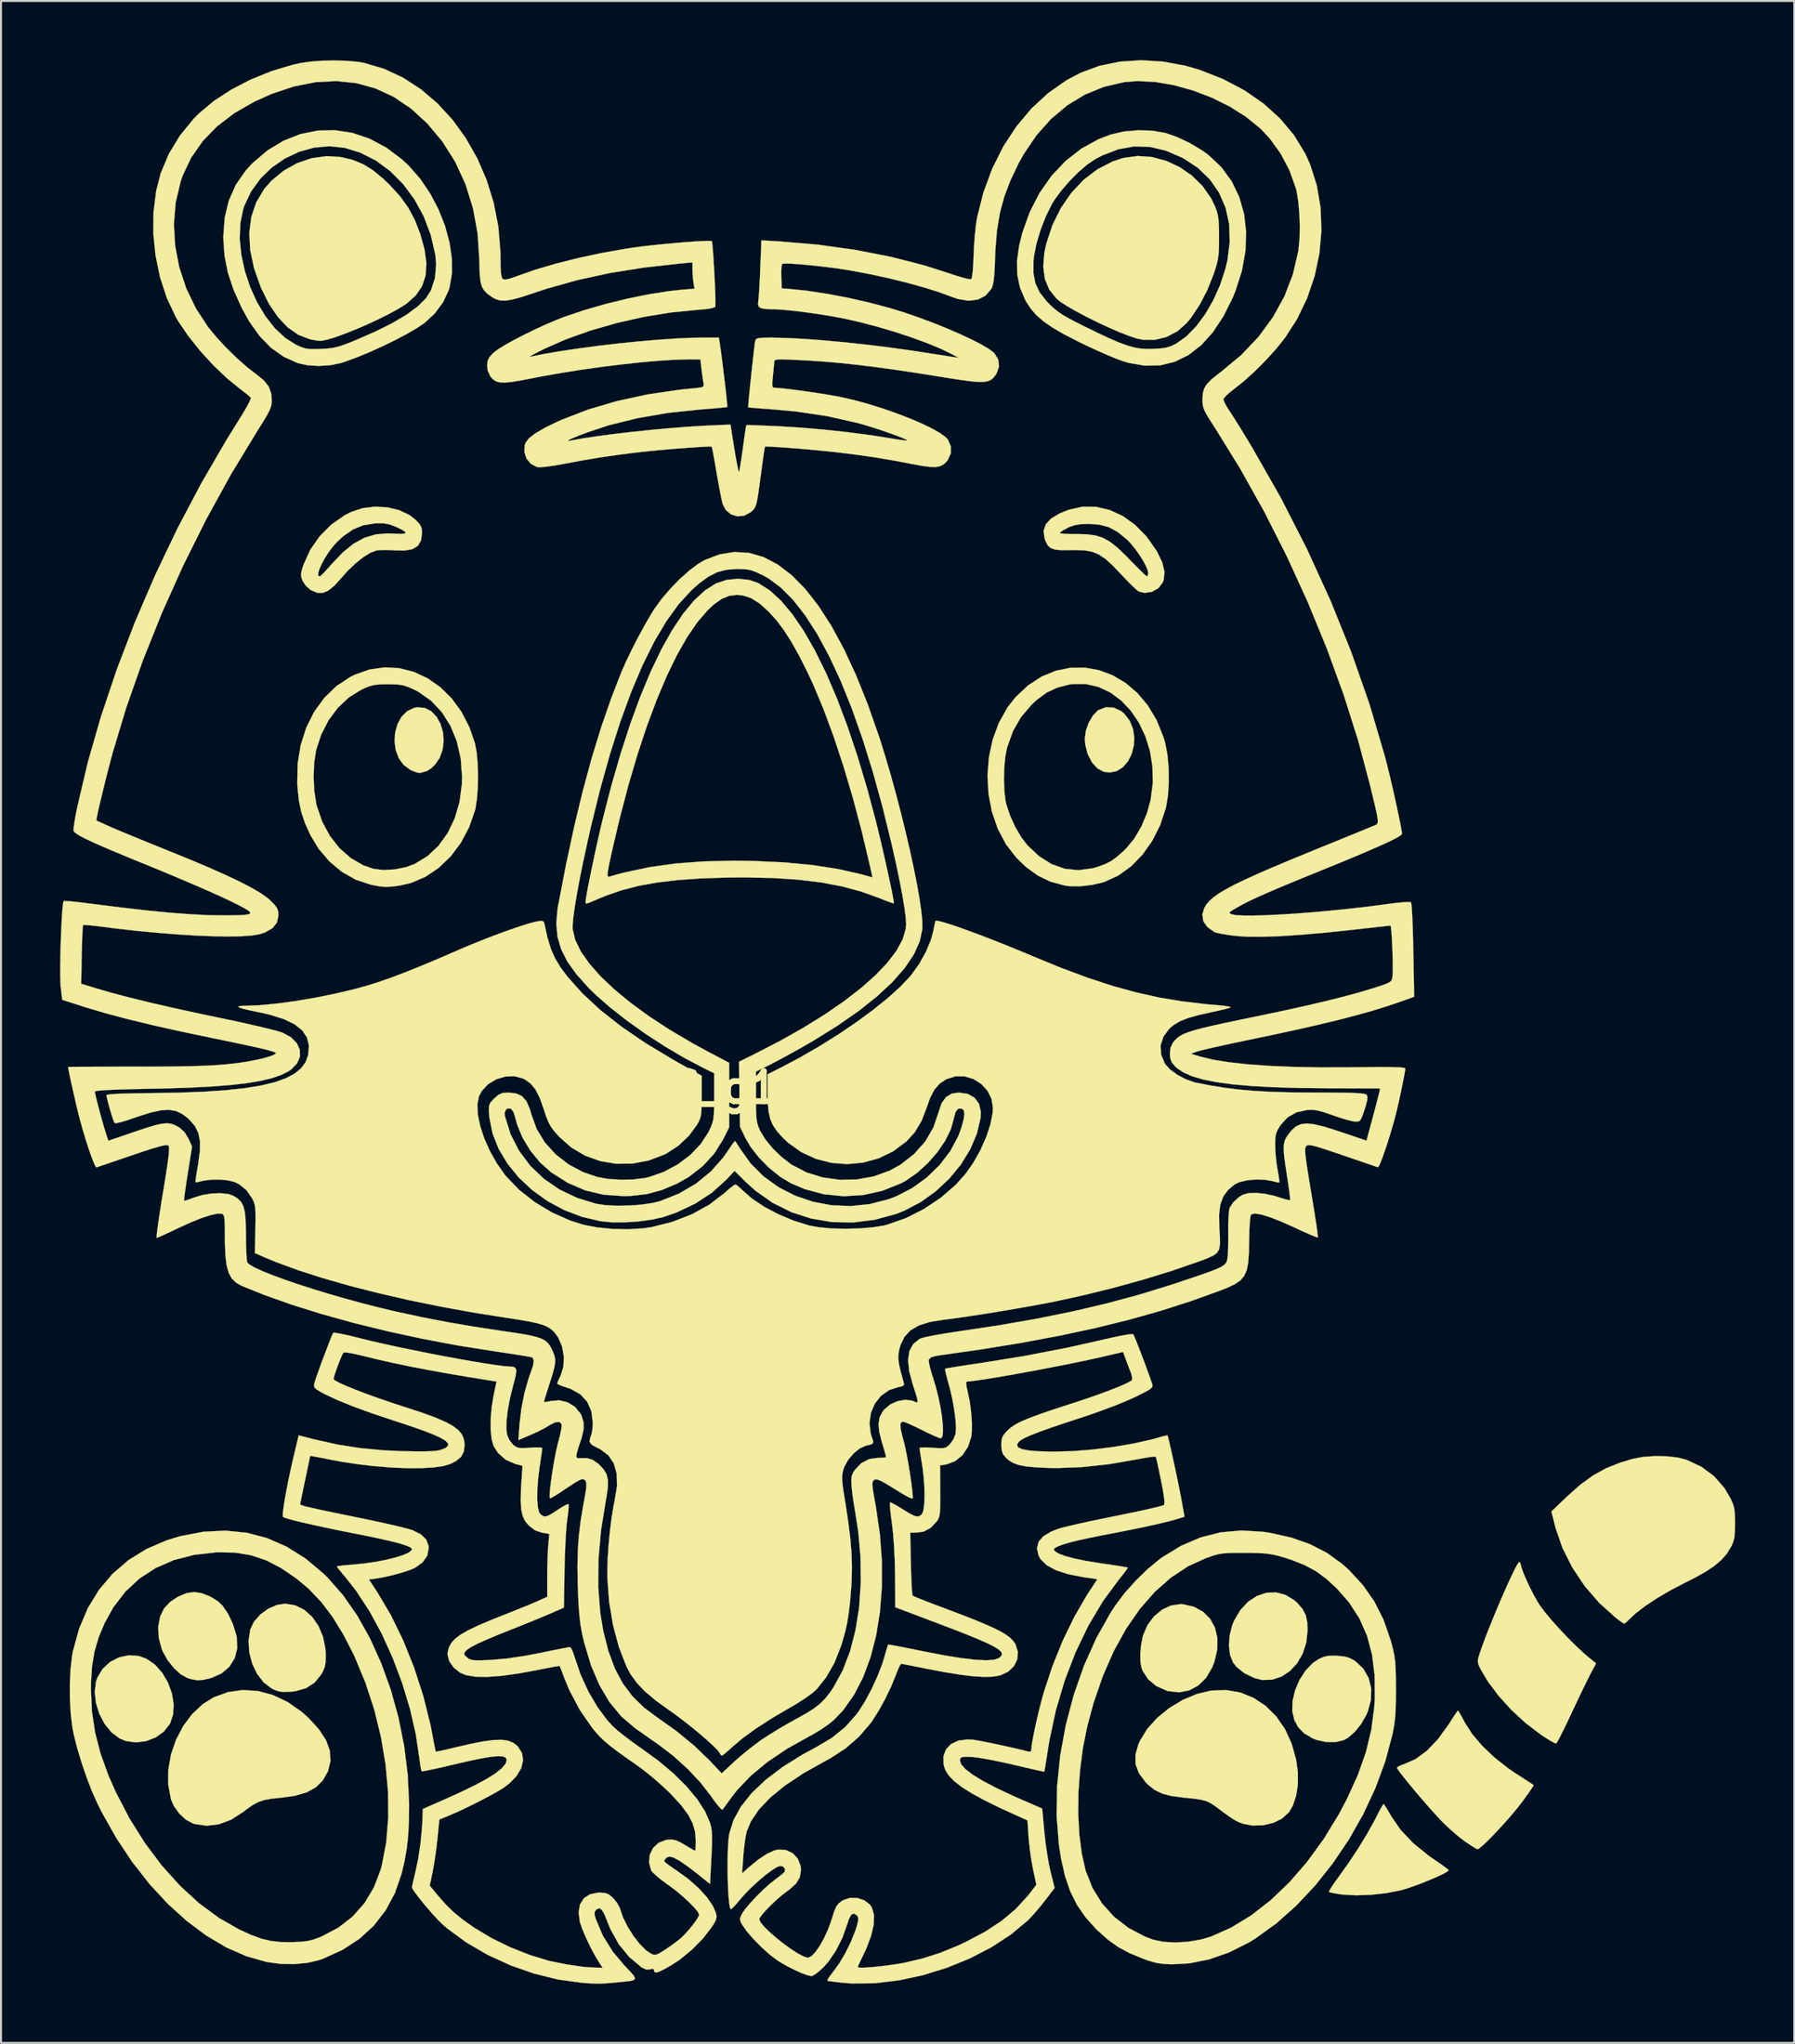
<source format=kicad_pcb>
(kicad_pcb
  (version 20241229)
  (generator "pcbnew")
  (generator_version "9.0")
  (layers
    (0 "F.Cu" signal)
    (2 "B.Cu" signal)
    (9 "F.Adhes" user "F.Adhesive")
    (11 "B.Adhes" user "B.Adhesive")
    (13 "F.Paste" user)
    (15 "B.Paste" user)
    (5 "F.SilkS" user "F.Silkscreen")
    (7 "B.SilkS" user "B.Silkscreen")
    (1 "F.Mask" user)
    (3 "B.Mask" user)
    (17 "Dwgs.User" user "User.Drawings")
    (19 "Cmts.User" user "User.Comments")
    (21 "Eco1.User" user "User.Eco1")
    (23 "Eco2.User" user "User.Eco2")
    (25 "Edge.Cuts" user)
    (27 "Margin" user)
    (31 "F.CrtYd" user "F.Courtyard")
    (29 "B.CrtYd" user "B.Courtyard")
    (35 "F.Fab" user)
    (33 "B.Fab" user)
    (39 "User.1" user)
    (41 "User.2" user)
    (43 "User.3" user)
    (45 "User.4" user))
  (footprint "F.SilkS_g1739"
    (layer "F.Cu")
    (at 32.746 52.083)
    (property "Reference" "F.SilkS_g1739" (at 0 0 0) (layer "F.SilkS") (effects (font (size 1.524 1.524) (thickness 0.3))))
    (attr through_hole)
    (fp_poly (pts (xy 20.675 -19.263) (xy 21.049 -19.095) (xy 21.22 -18.955) (xy 21.497 -18.596) (xy 21.664 -18.186) (xy 21.729 -17.75) (xy 21.701 -17.313) (xy 21.59 -16.899) (xy 21.403 -16.533) (xy 21.149 -16.24) (xy 20.838 -16.044) (xy 20.478 -15.971) (xy 20.177 -16.013) (xy 19.855 -16.186) (xy 19.579 -16.492) (xy 19.37 -16.897) (xy 19.246 -17.366) (xy 19.22 -17.705) (xy 19.276 -18.1) (xy 19.423 -18.505) (xy 19.634 -18.862) (xy 19.88 -19.116) (xy 19.913 -19.138) (xy 20.286 -19.279) (xy 20.675 -19.263)) (stroke (width 0.01) (type solid)) (fill yes) (layer "F.SilkS"))
    (fp_poly (pts (xy -28.769 28.811) (xy -28.37 28.952) (xy -27.933 29.257) (xy -27.565 29.673) (xy -27.277 30.165) (xy -27.081 30.701) (xy -26.99 31.246) (xy -27.015 31.768) (xy -27.169 32.232) (xy -27.184 32.259) (xy -27.491 32.65) (xy -27.905 32.943) (xy -28.387 33.128) (xy -28.899 33.192) (xy -29.401 33.126) (xy -29.718 32.999) (xy -30.138 32.687) (xy -30.49 32.256) (xy -30.758 31.746) (xy -30.93 31.193) (xy -30.99 30.635) (xy -30.926 30.111) (xy -30.857 29.906) (xy -30.587 29.461) (xy -30.211 29.116) (xy -29.76 28.885) (xy -29.269 28.779) (xy -28.769 28.811)) (stroke (width 0.01) (type solid)) (fill yes) (layer "F.SilkS"))
    (fp_poly (pts (xy -14.251 -19.246) (xy -13.923 -19.076) (xy -13.654 -18.796) (xy -13.454 -18.434) (xy -13.332 -18.016) (xy -13.295 -17.569) (xy -13.352 -17.12) (xy -13.511 -16.696) (xy -13.725 -16.386) (xy -13.922 -16.195) (xy -14.112 -16.064) (xy -14.166 -16.042) (xy -14.375 -15.982) (xy -14.481 -15.953) (xy -14.629 -15.968) (xy -14.857 -16.048) (xy -14.987 -16.108) (xy -15.333 -16.364) (xy -15.579 -16.712) (xy -15.729 -17.121) (xy -15.786 -17.564) (xy -15.753 -18.01) (xy -15.634 -18.431) (xy -15.432 -18.797) (xy -15.149 -19.08) (xy -14.791 -19.25) (xy -14.631 -19.279) (xy -14.251 -19.246)) (stroke (width 0.01) (type solid)) (fill yes) (layer "F.SilkS"))
    (fp_poly (pts (xy 29.402 25.718) (xy 29.854 25.996) (xy 30.003 26.131) (xy 30.264 26.434) (xy 30.423 26.74) (xy 30.5 27.105) (xy 30.517 27.517) (xy 30.45 28.139) (xy 30.266 28.701) (xy 29.984 29.185) (xy 29.622 29.576) (xy 29.195 29.858) (xy 28.724 30.014) (xy 28.224 30.03) (xy 27.845 29.94) (xy 27.321 29.692) (xy 26.918 29.372) (xy 26.738 29.142) (xy 26.585 28.756) (xy 26.529 28.278) (xy 26.569 27.755) (xy 26.705 27.233) (xy 26.788 27.031) (xy 27.109 26.486) (xy 27.504 26.063) (xy 27.951 25.77) (xy 28.43 25.61) (xy 28.92 25.591) (xy 29.402 25.718)) (stroke (width 0.01) (type solid)) (fill yes) (layer "F.SilkS"))
    (fp_poly (pts (xy 24.183 26.19) (xy 24.75 26.318) (xy 25.217 26.571) (xy 25.578 26.932) (xy 25.823 27.385) (xy 25.944 27.912) (xy 25.935 28.496) (xy 25.787 29.121) (xy 25.675 29.405) (xy 25.369 29.922) (xy 24.976 30.309) (xy 24.514 30.557) (xy 24.001 30.655) (xy 23.457 30.595) (xy 23.367 30.57) (xy 22.84 30.335) (xy 22.429 29.991) (xy 22.149 29.554) (xy 22.095 29.412) (xy 22.04 29.099) (xy 22.036 28.687) (xy 22.078 28.238) (xy 22.163 27.815) (xy 22.18 27.756) (xy 22.403 27.24) (xy 22.732 26.804) (xy 23.137 26.469) (xy 23.593 26.255) (xy 24.072 26.184) (xy 24.183 26.19)) (stroke (width 0.01) (type solid)) (fill yes) (layer "F.SilkS"))
    (fp_poly (pts (xy -20.831 26.243) (xy -20.371 26.47) (xy -19.971 26.825) (xy -19.647 27.288) (xy -19.415 27.838) (xy -19.291 28.458) (xy -19.274 28.747) (xy -19.281 29.1) (xy -19.323 29.357) (xy -19.417 29.591) (xy -19.499 29.739) (xy -19.831 30.155) (xy -20.265 30.44) (xy -20.807 30.597) (xy -21.067 30.626) (xy -21.41 30.637) (xy -21.661 30.607) (xy -21.891 30.523) (xy -22.013 30.461) (xy -22.42 30.154) (xy -22.755 29.724) (xy -23.003 29.206) (xy -23.152 28.635) (xy -23.19 28.046) (xy -23.104 27.474) (xy -22.913 27.073) (xy -22.594 26.71) (xy -22.19 26.417) (xy -21.743 26.224) (xy -21.336 26.163) (xy -20.831 26.243)) (stroke (width 0.01) (type solid)) (fill yes) (layer "F.SilkS"))
    (fp_poly (pts (xy -25.557 25.635) (xy -25.128 25.804) (xy -24.74 26.045) (xy -24.515 26.256) (xy -24.224 26.687) (xy -23.978 27.215) (xy -23.809 27.771) (xy -23.791 27.857) (xy -23.763 28.413) (xy -23.889 28.918) (xy -24.157 29.351) (xy -24.555 29.693) (xy -25.07 29.924) (xy -25.072 29.925) (xy -25.474 30.023) (xy -25.799 30.043) (xy -26.119 29.985) (xy -26.289 29.93) (xy -26.63 29.741) (xy -26.976 29.427) (xy -27.291 29.029) (xy -27.54 28.589) (xy -27.59 28.469) (xy -27.744 27.898) (xy -27.771 27.333) (xy -27.672 26.81) (xy -27.471 26.398) (xy -27.168 26.075) (xy -26.771 25.808) (xy -26.337 25.629) (xy -25.956 25.57) (xy -25.557 25.635)) (stroke (width 0.01) (type solid)) (fill yes) (layer "F.SilkS"))
    (fp_poly (pts (xy 32.022 28.804) (xy 32.378 28.838) (xy 32.641 28.91) (xy 32.884 29.042) (xy 32.953 29.089) (xy 33.349 29.465) (xy 33.614 29.93) (xy 33.743 30.46) (xy 33.731 31.033) (xy 33.573 31.625) (xy 33.501 31.792) (xy 33.235 32.259) (xy 32.913 32.661) (xy 32.567 32.96) (xy 32.367 33.072) (xy 31.946 33.176) (xy 31.461 33.174) (xy 30.978 33.069) (xy 30.776 32.988) (xy 30.349 32.737) (xy 30.049 32.433) (xy 29.849 32.069) (xy 29.742 31.609) (xy 29.759 31.09) (xy 29.887 30.55) (xy 30.111 30.025) (xy 30.415 29.552) (xy 30.787 29.169) (xy 31.073 28.977) (xy 31.325 28.861) (xy 31.568 28.806) (xy 31.875 28.798) (xy 32.022 28.804)) (stroke (width 0.01) (type solid)) (fill yes) (layer "F.SilkS"))
    (fp_poly (pts (xy -22.717 30.59) (xy -21.952 30.795) (xy -21.204 31.149) (xy -20.489 31.651) (xy -20.139 31.964) (xy -19.619 32.536) (xy -19.262 33.084) (xy -19.069 33.615) (xy -19.036 34.133) (xy -19.161 34.645) (xy -19.174 34.676) (xy -19.425 35.12) (xy -19.774 35.467) (xy -20.236 35.723) (xy -20.824 35.897) (xy -21.533 35.997) (xy -22.022 36.047) (xy -22.393 36.114) (xy -22.698 36.215) (xy -22.987 36.372) (xy -23.312 36.602) (xy -23.463 36.719) (xy -24.07 37.109) (xy -24.692 37.343) (xy -25.313 37.419) (xy -25.919 37.333) (xy -25.988 37.312) (xy -26.359 37.118) (xy -26.705 36.802) (xy -26.982 36.412) (xy -27.127 36.074) (xy -27.263 35.336) (xy -27.258 34.569) (xy -27.122 33.801) (xy -26.867 33.057) (xy -26.505 32.366) (xy -26.046 31.753) (xy -25.503 31.247) (xy -24.962 30.911) (xy -24.237 30.645) (xy -23.484 30.539) (xy -22.717 30.59)) (stroke (width 0.01) (type solid)) (fill yes) (layer "F.SilkS"))
    (fp_poly (pts (xy 34.431 36.391) (xy 34.549 36.574) (xy 34.703 36.835) (xy 34.756 36.929) (xy 35.237 37.631) (xy 35.877 38.307) (xy 36.669 38.946) (xy 36.901 39.107) (xy 37.213 39.32) (xy 37.465 39.5) (xy 37.629 39.626) (xy 37.677 39.674) (xy 37.602 39.745) (xy 37.399 39.858) (xy 37.098 40) (xy 36.732 40.158) (xy 36.332 40.32) (xy 35.93 40.471) (xy 35.556 40.599) (xy 35.247 40.689) (xy 34.535 40.83) (xy 33.765 40.917) (xy 33.003 40.945) (xy 32.316 40.909) (xy 32.184 40.893) (xy 31.9 40.848) (xy 31.689 40.804) (xy 31.602 40.774) (xy 31.632 40.693) (xy 31.746 40.507) (xy 31.925 40.245) (xy 32.113 39.987) (xy 32.605 39.296) (xy 33.087 38.567) (xy 33.527 37.848) (xy 33.896 37.188) (xy 34.004 36.975) (xy 34.155 36.681) (xy 34.279 36.455) (xy 34.358 36.334) (xy 34.372 36.322) (xy 34.431 36.391)) (stroke (width 0.01) (type solid)) (fill yes) (layer "F.SilkS"))
    (fp_poly (pts (xy -18.526 -47.174) (xy -17.926 -47.032) (xy -17.387 -46.813) (xy -16.873 -46.496) (xy -16.344 -46.058) (xy -16.042 -45.767) (xy -15.507 -45.181) (xy -15.091 -44.606) (xy -14.761 -43.986) (xy -14.49 -43.29) (xy -14.265 -42.486) (xy -14.171 -41.78) (xy -14.213 -41.164) (xy -14.391 -40.627) (xy -14.707 -40.159) (xy -15.164 -39.752) (xy -15.279 -39.672) (xy -15.666 -39.437) (xy -16.139 -39.182) (xy -16.67 -38.919) (xy -17.231 -38.661) (xy -17.794 -38.42) (xy -18.331 -38.207) (xy -18.813 -38.034) (xy -19.212 -37.913) (xy -19.5 -37.857) (xy -19.57 -37.855) (xy -19.788 -37.88) (xy -20.056 -37.931) (xy -20.088 -37.938) (xy -20.665 -38.16) (xy -21.208 -38.541) (xy -21.711 -39.073) (xy -22.167 -39.749) (xy -22.566 -40.56) (xy -22.912 -41.537) (xy -23.108 -42.464) (xy -23.153 -43.336) (xy -23.048 -44.145) (xy -22.795 -44.887) (xy -22.392 -45.556) (xy -22.037 -45.964) (xy -21.419 -46.475) (xy -20.729 -46.861) (xy -19.993 -47.113) (xy -19.242 -47.219) (xy -18.526 -47.174)) (stroke (width 0.01) (type solid)) (fill yes) (layer "F.SilkS"))
    (fp_poly (pts (xy 27.109 30.667) (xy 27.781 30.938) (xy 28.389 31.342) (xy 28.92 31.868) (xy 29.363 32.504) (xy 29.705 33.239) (xy 29.935 34.062) (xy 30.024 34.704) (xy 30.026 35.318) (xy 29.936 35.902) (xy 29.765 36.409) (xy 29.577 36.728) (xy 29.236 37.045) (xy 28.786 37.27) (xy 28.267 37.394) (xy 27.719 37.407) (xy 27.273 37.325) (xy 27.074 37.257) (xy 26.874 37.161) (xy 26.639 37.016) (xy 26.334 36.8) (xy 26.019 36.565) (xy 25.768 36.381) (xy 25.557 36.249) (xy 25.345 36.158) (xy 25.091 36.095) (xy 24.757 36.046) (xy 24.301 35.999) (xy 24.2 35.989) (xy 23.607 35.91) (xy 23.141 35.787) (xy 22.763 35.603) (xy 22.434 35.343) (xy 22.295 35.201) (xy 21.965 34.755) (xy 21.796 34.303) (xy 21.787 33.823) (xy 21.935 33.298) (xy 22.014 33.118) (xy 22.385 32.512) (xy 22.893 31.949) (xy 23.505 31.45) (xy 24.19 31.038) (xy 24.916 30.736) (xy 25.621 30.569) (xy 26.385 30.54) (xy 27.109 30.667)) (stroke (width 0.01) (type solid)) (fill yes) (layer "F.SilkS"))
    (fp_poly (pts (xy 22.624 -47.173) (xy 23.343 -46.981) (xy 24.027 -46.663) (xy 24.652 -46.231) (xy 25.193 -45.698) (xy 25.626 -45.077) (xy 25.838 -44.636) (xy 25.922 -44.4) (xy 25.977 -44.167) (xy 26.01 -43.894) (xy 26.025 -43.535) (xy 26.028 -43.095) (xy 26.024 -42.63) (xy 26.007 -42.28) (xy 25.969 -41.99) (xy 25.903 -41.706) (xy 25.8 -41.374) (xy 25.746 -41.214) (xy 25.43 -40.425) (xy 25.043 -39.681) (xy 24.611 -39.032) (xy 24.39 -38.761) (xy 23.915 -38.34) (xy 23.365 -38.052) (xy 22.771 -37.906) (xy 22.163 -37.911) (xy 21.868 -37.972) (xy 21.459 -38.106) (xy 20.966 -38.299) (xy 20.419 -38.536) (xy 19.851 -38.801) (xy 19.291 -39.08) (xy 18.771 -39.356) (xy 18.322 -39.615) (xy 17.975 -39.84) (xy 17.792 -39.987) (xy 17.423 -40.445) (xy 17.196 -40.985) (xy 17.112 -41.609) (xy 17.169 -42.323) (xy 17.265 -42.772) (xy 17.58 -43.726) (xy 18.011 -44.595) (xy 18.545 -45.366) (xy 19.168 -46.025) (xy 19.87 -46.557) (xy 20.636 -46.95) (xy 21.176 -47.126) (xy 21.894 -47.226) (xy 22.624 -47.173)) (stroke (width 0.01) (type solid)) (fill yes) (layer "F.SilkS"))
    (fp_poly (pts (xy 48.751 18.692) (xy 49.313 18.759) (xy 49.735 18.869) (xy 50.495 19.226) (xy 51.136 19.703) (xy 51.654 20.295) (xy 51.963 20.818) (xy 52.077 21.07) (xy 52.147 21.297) (xy 52.183 21.557) (xy 52.195 21.904) (xy 52.196 22.098) (xy 52.189 22.508) (xy 52.163 22.799) (xy 52.109 23.024) (xy 52.019 23.232) (xy 51.996 23.276) (xy 51.778 23.627) (xy 51.504 23.943) (xy 51.151 24.244) (xy 50.696 24.546) (xy 50.117 24.869) (xy 49.667 25.095) (xy 48.931 25.477) (xy 48.247 25.878) (xy 47.644 26.277) (xy 47.148 26.657) (xy 46.827 26.958) (xy 46.679 27.103) (xy 46.581 27.172) (xy 46.573 27.174) (xy 46.485 27.123) (xy 46.308 26.997) (xy 46.143 26.872) (xy 45.311 26.125) (xy 44.571 25.266) (xy 43.941 24.324) (xy 43.441 23.327) (xy 43.09 22.305) (xy 43.073 22.238) (xy 42.884 21.489) (xy 43.694 20.714) (xy 44.361 20.122) (xy 45.002 19.658) (xy 45.664 19.294) (xy 46.394 19.004) (xy 47 18.823) (xy 47.537 18.723) (xy 48.14 18.68) (xy 48.751 18.692)) (stroke (width 0.01) (type solid)) (fill yes) (layer "F.SilkS"))
    (fp_poly (pts (xy 41.315 24.111) (xy 41.317 24.132) (xy 41.356 24.311) (xy 41.461 24.599) (xy 41.614 24.958) (xy 41.798 25.349) (xy 41.995 25.735) (xy 42.187 26.076) (xy 42.293 26.243) (xy 42.542 26.579) (xy 42.886 26.991) (xy 43.292 27.443) (xy 43.727 27.902) (xy 44.159 28.332) (xy 44.553 28.698) (xy 44.78 28.889) (xy 45.152 29.186) (xy 44.883 29.685) (xy 44.761 29.922) (xy 44.586 30.278) (xy 44.372 30.719) (xy 44.139 31.21) (xy 43.907 31.704) (xy 43.686 32.172) (xy 43.486 32.583) (xy 43.318 32.916) (xy 43.195 33.145) (xy 43.127 33.248) (xy 43.123 33.251) (xy 43.025 33.216) (xy 42.822 33.104) (xy 42.547 32.932) (xy 42.331 32.788) (xy 41.581 32.217) (xy 40.866 31.559) (xy 40.22 30.849) (xy 39.674 30.123) (xy 39.292 29.479) (xy 39.188 29.259) (xy 39.15 29.097) (xy 39.175 28.917) (xy 39.25 28.675) (xy 39.387 28.279) (xy 39.562 27.811) (xy 39.766 27.293) (xy 39.988 26.747) (xy 40.219 26.196) (xy 40.449 25.663) (xy 40.668 25.17) (xy 40.867 24.74) (xy 41.036 24.395) (xy 41.165 24.157) (xy 41.244 24.049) (xy 41.254 24.045) (xy 41.315 24.111)) (stroke (width 0.01) (type solid)) (fill yes) (layer "F.SilkS"))
    (fp_poly (pts (xy 38.196 31.65) (xy 38.303 31.835) (xy 38.446 32.1) (xy 38.496 32.194) (xy 38.868 32.775) (xy 39.377 33.372) (xy 39.997 33.961) (xy 40.701 34.514) (xy 41.063 34.76) (xy 41.403 34.98) (xy 41.688 35.165) (xy 41.89 35.297) (xy 41.98 35.356) (xy 41.982 35.357) (xy 41.946 35.429) (xy 41.827 35.61) (xy 41.643 35.873) (xy 41.412 36.191) (xy 41.398 36.21) (xy 41.154 36.524) (xy 40.859 36.877) (xy 40.533 37.249) (xy 40.198 37.616) (xy 39.874 37.957) (xy 39.585 38.247) (xy 39.349 38.465) (xy 39.189 38.589) (xy 39.141 38.608) (xy 39.038 38.562) (xy 38.835 38.439) (xy 38.571 38.263) (xy 38.473 38.195) (xy 38.141 37.938) (xy 37.763 37.611) (xy 37.403 37.272) (xy 37.291 37.158) (xy 37.018 36.864) (xy 36.706 36.516) (xy 36.375 36.137) (xy 36.044 35.75) (xy 35.732 35.377) (xy 35.458 35.041) (xy 35.24 34.764) (xy 35.099 34.57) (xy 35.052 34.483) (xy 35.126 34.412) (xy 35.311 34.33) (xy 35.412 34.297) (xy 35.998 34.041) (xy 36.573 33.616) (xy 37.136 33.024) (xy 37.686 32.265) (xy 37.757 32.152) (xy 37.928 31.886) (xy 38.062 31.685) (xy 38.138 31.586) (xy 38.145 31.581) (xy 38.196 31.65)) (stroke (width 0.01) (type solid)) (fill yes) (layer "F.SilkS"))
    (fp_poly (pts (xy -16.136 -29.412) (xy -15.539 -29.265) (xy -15.015 -29.014) (xy -14.721 -28.785) (xy -14.52 -28.572) (xy -14.422 -28.389) (xy -14.394 -28.165) (xy -14.393 -28.119) (xy -14.443 -27.74) (xy -14.599 -27.468) (xy -14.872 -27.298) (xy -15.273 -27.223) (xy -15.787 -27.234) (xy -16.143 -27.252) (xy -16.475 -27.25) (xy -16.706 -27.229) (xy -17.01 -27.114) (xy -17.378 -26.885) (xy -17.777 -26.566) (xy -18.176 -26.183) (xy -18.457 -25.866) (xy -18.821 -25.461) (xy -19.135 -25.201) (xy -19.423 -25.078) (xy -19.705 -25.083) (xy -20.004 -25.206) (xy -20.05 -25.233) (xy -20.274 -25.429) (xy -20.444 -25.677) (xy -20.453 -25.698) (xy -20.516 -25.876) (xy -20.527 -26.026) (xy -19.666 -26.026) (xy -19.636 -25.924) (xy -19.555 -25.925) (xy -19.47 -25.997) (xy -19.306 -26.167) (xy -19.091 -26.405) (xy -18.988 -26.523) (xy -18.419 -27.121) (xy -17.87 -27.567) (xy -17.319 -27.87) (xy -16.744 -28.042) (xy -16.122 -28.093) (xy -15.855 -28.082) (xy -15.479 -28.067) (xy -15.268 -28.086) (xy -15.221 -28.143) (xy -15.339 -28.242) (xy -15.62 -28.383) (xy -15.768 -28.449) (xy -16.06 -28.556) (xy -16.337 -28.604) (xy -16.678 -28.606) (xy -16.809 -28.599) (xy -17.379 -28.506) (xy -17.896 -28.294) (xy -18.395 -27.946) (xy -18.712 -27.653) (xy -18.942 -27.392) (xy -19.161 -27.092) (xy -19.356 -26.78) (xy -19.513 -26.48) (xy -19.621 -26.221) (xy -19.666 -26.026) (xy -20.527 -26.026) (xy -20.528 -26.037) (xy -20.487 -26.242) (xy -20.401 -26.512) (xy -20.062 -27.262) (xy -19.583 -27.949) (xy -18.988 -28.544) (xy -18.303 -29.02) (xy -17.99 -29.179) (xy -17.401 -29.373) (xy -16.77 -29.449) (xy -16.136 -29.412)) (stroke (width 0.01) (type solid)) (fill yes) (layer "F.SilkS"))
    (fp_poly (pts (xy 19.802 -29.438) (xy 20.492 -29.276) (xy 21.156 -28.967) (xy 21.78 -28.517) (xy 22.35 -27.934) (xy 22.851 -27.223) (xy 22.878 -27.178) (xy 23.143 -26.635) (xy 23.259 -26.161) (xy 23.225 -25.752) (xy 23.167 -25.597) (xy 22.945 -25.313) (xy 22.628 -25.134) (xy 22.268 -25.079) (xy 21.971 -25.143) (xy 21.851 -25.23) (xy 21.647 -25.417) (xy 21.385 -25.678) (xy 21.093 -25.985) (xy 21.06 -26.02) (xy 20.634 -26.468) (xy 20.272 -26.795) (xy 19.941 -27.02) (xy 19.604 -27.16) (xy 19.227 -27.231) (xy 18.775 -27.25) (xy 18.521 -27.246) (xy 18.049 -27.242) (xy 17.715 -27.273) (xy 17.486 -27.352) (xy 17.334 -27.493) (xy 17.225 -27.711) (xy 17.175 -27.865) (xy 17.146 -28.115) (xy 17.949 -28.115) (xy 18.028 -28.089) (xy 18.241 -28.069) (xy 18.552 -28.059) (xy 18.817 -28.059) (xy 19.331 -28.047) (xy 19.758 -27.99) (xy 20.133 -27.871) (xy 20.491 -27.672) (xy 20.866 -27.379) (xy 21.292 -26.973) (xy 21.505 -26.754) (xy 21.803 -26.448) (xy 22.06 -26.192) (xy 22.254 -26.007) (xy 22.362 -25.917) (xy 22.373 -25.911) (xy 22.423 -25.98) (xy 22.437 -26.094) (xy 22.384 -26.301) (xy 22.243 -26.595) (xy 22.039 -26.935) (xy 21.796 -27.281) (xy 21.541 -27.595) (xy 21.364 -27.778) (xy 20.893 -28.163) (xy 20.435 -28.411) (xy 19.94 -28.541) (xy 19.431 -28.575) (xy 19.025 -28.562) (xy 18.721 -28.516) (xy 18.455 -28.425) (xy 18.352 -28.377) (xy 18.126 -28.255) (xy 17.98 -28.154) (xy 17.949 -28.115) (xy 17.146 -28.115) (xy 17.133 -28.232) (xy 17.244 -28.557) (xy 17.511 -28.847) (xy 17.938 -29.103) (xy 18.407 -29.292) (xy 19.103 -29.446) (xy 19.802 -29.438)) (stroke (width 0.01) (type solid)) (fill yes) (layer "F.SilkS"))
    (fp_poly (pts (xy 19.939 -21.159) (xy 20.634 -20.899) (xy 21.288 -20.512) (xy 21.887 -20.001) (xy 22.415 -19.372) (xy 22.86 -18.629) (xy 23.205 -17.776) (xy 23.296 -17.467) (xy 23.408 -16.887) (xy 23.47 -16.213) (xy 23.48 -15.505) (xy 23.439 -14.827) (xy 23.345 -14.24) (xy 23.331 -14.182) (xy 23.044 -13.311) (xy 22.644 -12.515) (xy 22.146 -11.81) (xy 21.566 -11.216) (xy 20.92 -10.75) (xy 20.221 -10.43) (xy 20.151 -10.407) (xy 19.584 -10.274) (xy 18.992 -10.206) (xy 18.443 -10.211) (xy 18.203 -10.243) (xy 17.48 -10.439) (xy 16.833 -10.749) (xy 16.228 -11.19) (xy 15.754 -11.649) (xy 15.217 -12.342) (xy 14.802 -13.13) (xy 14.509 -13.988) (xy 14.336 -14.892) (xy 14.298 -15.6) (xy 15.119 -15.6) (xy 15.141 -15.029) (xy 15.199 -14.54) (xy 15.23 -14.393) (xy 15.417 -13.814) (xy 15.688 -13.219) (xy 16.01 -12.672) (xy 16.307 -12.285) (xy 16.903 -11.726) (xy 17.537 -11.327) (xy 18.205 -11.092) (xy 18.899 -11.021) (xy 19.615 -11.116) (xy 19.824 -11.175) (xy 20.215 -11.313) (xy 20.536 -11.472) (xy 20.839 -11.685) (xy 21.176 -11.985) (xy 21.322 -12.127) (xy 21.727 -12.618) (xy 22.086 -13.229) (xy 22.374 -13.912) (xy 22.558 -14.58) (xy 22.667 -15.435) (xy 22.652 -16.269) (xy 22.523 -17.068) (xy 22.29 -17.817) (xy 21.963 -18.501) (xy 21.552 -19.107) (xy 21.067 -19.62) (xy 20.518 -20.026) (xy 19.916 -20.31) (xy 19.271 -20.458) (xy 18.593 -20.456) (xy 18.437 -20.433) (xy 17.826 -20.278) (xy 17.29 -20.027) (xy 16.78 -19.652) (xy 16.503 -19.393) (xy 15.98 -18.776) (xy 15.582 -18.081) (xy 15.29 -17.276) (xy 15.266 -17.187) (xy 15.182 -16.74) (xy 15.133 -16.19) (xy 15.119 -15.6) (xy 14.298 -15.6) (xy 14.286 -15.819) (xy 14.357 -16.745) (xy 14.549 -17.645) (xy 14.864 -18.495) (xy 15.301 -19.272) (xy 15.711 -19.796) (xy 16.351 -20.393) (xy 17.035 -20.837) (xy 17.751 -21.131) (xy 18.483 -21.28) (xy 19.217 -21.288) (xy 19.939 -21.159)) (stroke (width 0.01) (type solid)) (fill yes) (layer "F.SilkS"))
    (fp_poly (pts (xy -15.541 -21.259) (xy -14.808 -21.073) (xy -14.113 -20.75) (xy -13.469 -20.3) (xy -12.89 -19.729) (xy -12.392 -19.046) (xy -11.987 -18.26) (xy -11.707 -17.441) (xy -11.625 -17.004) (xy -11.574 -16.453) (xy -11.554 -15.842) (xy -11.565 -15.222) (xy -11.607 -14.647) (xy -11.679 -14.17) (xy -11.706 -14.055) (xy -12.009 -13.19) (xy -12.426 -12.406) (xy -12.944 -11.717) (xy -13.547 -11.139) (xy -14.221 -10.686) (xy -14.949 -10.375) (xy -15.494 -10.247) (xy -15.894 -10.192) (xy -16.202 -10.173) (xy -16.494 -10.194) (xy -16.842 -10.256) (xy -16.996 -10.288) (xy -17.747 -10.536) (xy -18.452 -10.933) (xy -19.089 -11.464) (xy -19.639 -12.11) (xy -20.045 -12.785) (xy -20.321 -13.391) (xy -20.512 -13.954) (xy -20.635 -14.538) (xy -20.706 -15.207) (xy -20.718 -15.413) (xy -20.712 -15.771) (xy -19.894 -15.771) (xy -19.859 -15.053) (xy -19.759 -14.398) (xy -19.729 -14.274) (xy -19.454 -13.475) (xy -19.066 -12.757) (xy -18.58 -12.138) (xy -18.012 -11.637) (xy -17.379 -11.27) (xy -16.87 -11.093) (xy -16.36 -11.028) (xy -15.782 -11.059) (xy -15.204 -11.176) (xy -14.766 -11.337) (xy -14.115 -11.733) (xy -13.553 -12.262) (xy -13.089 -12.907) (xy -12.731 -13.653) (xy -12.489 -14.484) (xy -12.372 -15.382) (xy -12.361 -15.748) (xy -12.429 -16.681) (xy -12.627 -17.547) (xy -12.947 -18.332) (xy -13.381 -19.021) (xy -13.92 -19.6) (xy -14.557 -20.052) (xy -14.791 -20.174) (xy -15.096 -20.309) (xy -15.349 -20.391) (xy -15.616 -20.432) (xy -15.961 -20.445) (xy -16.129 -20.446) (xy -16.522 -20.44) (xy -16.811 -20.411) (xy -17.061 -20.346) (xy -17.339 -20.233) (xy -17.471 -20.172) (xy -18.096 -19.786) (xy -18.656 -19.262) (xy -19.133 -18.623) (xy -19.509 -17.892) (xy -19.765 -17.103) (xy -19.863 -16.478) (xy -19.894 -15.771) (xy -20.712 -15.771) (xy -20.701 -16.409) (xy -20.547 -17.357) (xy -20.265 -18.241) (xy -19.864 -19.046) (xy -19.35 -19.755) (xy -18.733 -20.352) (xy -18.02 -20.823) (xy -17.822 -20.922) (xy -17.062 -21.192) (xy -16.297 -21.302) (xy -15.541 -21.259)) (stroke (width 0.01) (type solid)) (fill yes) (layer "F.SilkS"))
    (fp_poly (pts (xy -17.922 -48.395) (xy -17.053 -48.102) (xy -16.211 -47.654) (xy -15.408 -47.05) (xy -15.053 -46.718) (xy -14.476 -46.056) (xy -13.974 -45.312) (xy -13.555 -44.512) (xy -13.227 -43.68) (xy -13 -42.843) (xy -12.88 -42.027) (xy -12.877 -41.257) (xy -12.998 -40.559) (xy -13.039 -40.424) (xy -13.327 -39.812) (xy -13.748 -39.241) (xy -14.265 -38.762) (xy -14.656 -38.499) (xy -15.172 -38.2) (xy -15.775 -37.883) (xy -16.428 -37.566) (xy -17.096 -37.266) (xy -17.742 -37.001) (xy -18.328 -36.788) (xy -18.5 -36.733) (xy -19.032 -36.622) (xy -19.619 -36.582) (xy -20.193 -36.616) (xy -20.685 -36.722) (xy -20.702 -36.728) (xy -21.412 -37.05) (xy -22.053 -37.505) (xy -22.633 -38.101) (xy -23.162 -38.847) (xy -23.535 -39.522) (xy -23.952 -40.447) (xy -24.24 -41.316) (xy -24.408 -42.169) (xy -24.468 -43.036) (xy -23.639 -43.036) (xy -23.559 -42.218) (xy -23.379 -41.391) (xy -23.109 -40.578) (xy -22.758 -39.807) (xy -22.336 -39.102) (xy -21.854 -38.489) (xy -21.321 -37.993) (xy -20.786 -37.658) (xy -20.524 -37.539) (xy -20.307 -37.469) (xy -20.076 -37.438) (xy -19.772 -37.436) (xy -19.516 -37.445) (xy -19.165 -37.467) (xy -18.873 -37.506) (xy -18.588 -37.575) (xy -18.258 -37.689) (xy -17.832 -37.858) (xy -17.78 -37.88) (xy -16.743 -38.333) (xy -15.871 -38.77) (xy -15.159 -39.193) (xy -14.602 -39.605) (xy -14.198 -40.009) (xy -13.943 -40.403) (xy -13.736 -41.04) (xy -13.675 -41.735) (xy -13.718 -42.22) (xy -13.95 -43.224) (xy -14.306 -44.165) (xy -14.776 -45.027) (xy -15.346 -45.796) (xy -16.004 -46.458) (xy -16.738 -46.997) (xy -17.536 -47.401) (xy -18.32 -47.639) (xy -19.1 -47.721) (xy -19.881 -47.648) (xy -20.643 -47.434) (xy -21.365 -47.09) (xy -22.023 -46.632) (xy -22.598 -46.07) (xy -23.067 -45.419) (xy -23.409 -44.692) (xy -23.459 -44.541) (xy -23.609 -43.819) (xy -23.639 -43.036) (xy -24.468 -43.036) (xy -24.468 -43.046) (xy -24.469 -43.13) (xy -24.399 -44.096) (xy -24.188 -44.973) (xy -23.833 -45.769) (xy -23.329 -46.493) (xy -22.988 -46.863) (xy -22.225 -47.511) (xy -21.413 -48.001) (xy -20.563 -48.334) (xy -19.69 -48.511) (xy -18.806 -48.531) (xy -17.922 -48.395)) (stroke (width 0.01) (type solid)) (fill yes) (layer "F.SilkS"))
    (fp_poly (pts (xy 22.657 -48.505) (xy 23.314 -48.391) (xy 23.314 -48.391) (xy 23.91 -48.183) (xy 24.546 -47.88) (xy 25.154 -47.517) (xy 25.495 -47.272) (xy 26.147 -46.656) (xy 26.667 -45.945) (xy 27.05 -45.152) (xy 27.296 -44.289) (xy 27.402 -43.368) (xy 27.366 -42.402) (xy 27.186 -41.402) (xy 26.859 -40.38) (xy 26.727 -40.057) (xy 26.247 -39.093) (xy 25.709 -38.284) (xy 25.117 -37.629) (xy 24.473 -37.132) (xy 23.78 -36.793) (xy 23.041 -36.613) (xy 22.257 -36.596) (xy 21.432 -36.741) (xy 21.124 -36.834) (xy 20.794 -36.957) (xy 20.356 -37.14) (xy 19.851 -37.362) (xy 19.321 -37.607) (xy 18.905 -37.808) (xy 18.183 -38.179) (xy 17.601 -38.515) (xy 17.138 -38.833) (xy 16.771 -39.15) (xy 16.48 -39.483) (xy 16.242 -39.849) (xy 16.194 -39.938) (xy 15.933 -40.555) (xy 15.796 -41.2) (xy 15.794 -41.284) (xy 16.614 -41.284) (xy 16.713 -40.769) (xy 16.929 -40.311) (xy 17.278 -39.865) (xy 17.399 -39.739) (xy 17.621 -39.527) (xy 17.846 -39.343) (xy 18.106 -39.167) (xy 18.434 -38.978) (xy 18.862 -38.755) (xy 19.224 -38.574) (xy 19.922 -38.235) (xy 20.496 -37.968) (xy 20.968 -37.765) (xy 21.364 -37.62) (xy 21.707 -37.523) (xy 22.022 -37.468) (xy 22.332 -37.445) (xy 22.648 -37.447) (xy 23.048 -37.468) (xy 23.338 -37.508) (xy 23.578 -37.581) (xy 23.826 -37.699) (xy 23.862 -37.719) (xy 24.371 -38.079) (xy 24.864 -38.582) (xy 25.324 -39.202) (xy 25.736 -39.913) (xy 26.084 -40.688) (xy 26.351 -41.503) (xy 26.452 -41.928) (xy 26.573 -42.878) (xy 26.542 -43.772) (xy 26.36 -44.603) (xy 26.033 -45.36) (xy 25.564 -46.036) (xy 24.957 -46.622) (xy 24.216 -47.109) (xy 24.149 -47.144) (xy 23.322 -47.499) (xy 22.517 -47.688) (xy 21.722 -47.711) (xy 20.925 -47.568) (xy 20.116 -47.258) (xy 19.741 -47.062) (xy 19.335 -46.785) (xy 18.887 -46.399) (xy 18.435 -45.944) (xy 18.018 -45.461) (xy 17.674 -44.99) (xy 17.551 -44.788) (xy 17.236 -44.149) (xy 16.967 -43.454) (xy 16.761 -42.758) (xy 16.638 -42.117) (xy 16.616 -41.902) (xy 16.614 -41.284) (xy 15.794 -41.284) (xy 15.782 -41.899) (xy 15.889 -42.673) (xy 16.055 -43.341) (xy 16.436 -44.401) (xy 16.935 -45.368) (xy 17.543 -46.231) (xy 18.25 -46.977) (xy 19.044 -47.596) (xy 19.916 -48.076) (xy 20.532 -48.312) (xy 21.197 -48.464) (xy 21.928 -48.529) (xy 22.657 -48.505)) (stroke (width 0.01) (type solid)) (fill yes) (layer "F.SilkS"))
    (fp_poly (pts (xy 2.206 -25.732) (xy 2.659 -25.576) (xy 3.237 -25.209) (xy 3.816 -24.679) (xy 4.393 -23.99) (xy 4.967 -23.148) (xy 5.534 -22.158) (xy 6.091 -21.026) (xy 6.637 -19.758) (xy 7.168 -18.357) (xy 7.681 -16.831) (xy 8.174 -15.184) (xy 8.597 -13.609) (xy 8.72 -13.117) (xy 8.85 -12.576) (xy 8.983 -12.008) (xy 9.113 -11.438) (xy 9.234 -10.891) (xy 9.342 -10.39) (xy 9.432 -9.96) (xy 9.497 -9.625) (xy 9.532 -9.41) (xy 9.535 -9.338) (xy 9.453 -9.358) (xy 9.25 -9.43) (xy 8.962 -9.541) (xy 8.785 -9.613) (xy 7.88 -9.937) (xy 6.906 -10.199) (xy 5.846 -10.399) (xy 4.684 -10.54) (xy 3.404 -10.624) (xy 1.99 -10.654) (xy 0.985 -10.645) (xy -0.315 -10.6) (xy -1.469 -10.517) (xy -2.499 -10.392) (xy -3.425 -10.223) (xy -4.268 -10.005) (xy -5.05 -9.735) (xy -5.37 -9.603) (xy -5.71 -9.456) (xy -5.924 -9.368) (xy -6.039 -9.332) (xy -6.087 -9.341) (xy -6.097 -9.388) (xy -6.096 -9.436) (xy -6.078 -9.591) (xy -6.028 -9.884) (xy -5.952 -10.287) (xy -5.855 -10.773) (xy -5.845 -10.818) (xy -4.983 -10.818) (xy -4.974 -10.72) (xy -4.936 -10.686) (xy -4.872 -10.697) (xy -4.862 -10.701) (xy -4.719 -10.745) (xy -4.462 -10.816) (xy -4.142 -10.899) (xy -4.079 -10.915) (xy -2.852 -11.175) (xy -1.54 -11.358) (xy -0.122 -11.466) (xy 1.42 -11.501) (xy 2.413 -11.488) (xy 3.971 -11.417) (xy 5.387 -11.283) (xy 6.679 -11.084) (xy 7.863 -10.819) (xy 8.27 -10.706) (xy 8.454 -10.652) (xy 8.325 -11.231) (xy 7.909 -12.989) (xy 7.458 -14.685) (xy 6.978 -16.301) (xy 6.476 -17.817) (xy 5.958 -19.214) (xy 5.429 -20.471) (xy 5.123 -21.124) (xy 4.709 -21.939) (xy 4.327 -22.619) (xy 3.96 -23.189) (xy 3.592 -23.677) (xy 3.204 -24.109) (xy 3.186 -24.127) (xy 2.723 -24.544) (xy 2.291 -24.815) (xy 1.865 -24.952) (xy 1.579 -24.977) (xy 1.182 -24.929) (xy 0.803 -24.773) (xy 0.409 -24.492) (xy 0.098 -24.204) (xy -0.425 -23.599) (xy -0.949 -22.834) (xy -1.471 -21.916) (xy -1.987 -20.854) (xy -2.493 -19.657) (xy -2.987 -18.333) (xy -3.465 -16.891) (xy -3.924 -15.339) (xy -4.359 -13.685) (xy -4.696 -12.263) (xy -4.821 -11.704) (xy -4.909 -11.291) (xy -4.962 -11.002) (xy -4.983 -10.818) (xy -5.845 -10.818) (xy -5.742 -11.315) (xy -5.621 -11.886) (xy -5.495 -12.458) (xy -5.372 -13.003) (xy -5.256 -13.495) (xy -5.251 -13.516) (xy -4.799 -15.275) (xy -4.325 -16.917) (xy -3.831 -18.437) (xy -3.32 -19.829) (xy -2.795 -21.088) (xy -2.257 -22.209) (xy -1.71 -23.187) (xy -1.156 -24.016) (xy -0.597 -24.692) (xy -0.036 -25.208) (xy 0.503 -25.55) (xy 1.043 -25.733) (xy 1.629 -25.795) (xy 2.206 -25.732)) (stroke (width 0.01) (type solid)) (fill yes) (layer "F.SilkS"))
    (fp_poly (pts (xy -23.289 22.566) (xy -22.253 22.837) (xy -21.258 23.273) (xy -20.304 23.872) (xy -19.392 24.636) (xy -19.177 24.846) (xy -18.394 25.739) (xy -17.676 26.772) (xy -17.03 27.926) (xy -16.463 29.181) (xy -15.981 30.517) (xy -15.592 31.917) (xy -15.302 33.36) (xy -15.119 34.827) (xy -15.049 36.298) (xy -15.049 36.364) (xy -15.059 37.211) (xy -15.097 37.939) (xy -15.171 38.597) (xy -15.284 39.233) (xy -15.427 39.836) (xy -15.765 40.823) (xy -16.237 41.706) (xy -16.84 42.484) (xy -17.571 43.154) (xy -18.429 43.712) (xy -19.409 44.156) (xy -19.621 44.231) (xy -20.193 44.367) (xy -20.86 44.431) (xy -21.561 44.42) (xy -22.239 44.332) (xy -22.267 44.326) (xy -23.296 44.035) (xy -24.323 43.584) (xy -25.338 42.983) (xy -26.332 42.24) (xy -27.294 41.367) (xy -28.215 40.371) (xy -29.084 39.263) (xy -29.891 38.051) (xy -30.627 36.746) (xy -30.87 36.26) (xy -31.138 35.654) (xy -31.407 34.955) (xy -31.66 34.215) (xy -31.879 33.487) (xy -32.048 32.822) (xy -32.124 32.434) (xy -32.207 31.759) (xy -32.25 31.005) (xy -32.252 30.522) (xy -31.186 30.522) (xy -31.134 31.623) (xy -30.974 32.691) (xy -30.698 33.761) (xy -30.298 34.868) (xy -29.929 35.704) (xy -29.233 37.045) (xy -28.45 38.292) (xy -27.594 39.433) (xy -26.675 40.455) (xy -25.704 41.346) (xy -24.692 42.094) (xy -23.67 42.676) (xy -23.064 42.954) (xy -22.543 43.145) (xy -22.058 43.261) (xy -21.556 43.316) (xy -20.986 43.321) (xy -20.955 43.32) (xy -20.523 43.301) (xy -20.195 43.262) (xy -19.907 43.192) (xy -19.595 43.077) (xy -19.473 43.026) (xy -18.631 42.582) (xy -17.908 42.018) (xy -17.308 41.338) (xy -16.834 40.548) (xy -16.49 39.651) (xy -16.433 39.442) (xy -16.209 38.275) (xy -16.105 37.015) (xy -16.116 35.687) (xy -16.241 34.314) (xy -16.475 32.92) (xy -16.816 31.53) (xy -17.261 30.168) (xy -17.805 28.858) (xy -17.863 28.733) (xy -18.393 27.704) (xy -18.937 26.821) (xy -19.513 26.065) (xy -20.136 25.412) (xy -20.764 24.886) (xy -21.548 24.351) (xy -22.301 23.962) (xy -23.059 23.707) (xy -23.855 23.575) (xy -24.724 23.556) (xy -24.841 23.56) (xy -25.956 23.686) (xy -26.976 23.95) (xy -27.898 24.35) (xy -28.719 24.883) (xy -29.437 25.549) (xy -30.048 26.345) (xy -30.492 27.146) (xy -30.792 27.865) (xy -31 28.572) (xy -31.127 29.319) (xy -31.182 30.155) (xy -31.186 30.522) (xy -32.252 30.522) (xy -32.253 30.226) (xy -32.217 29.478) (xy -32.141 28.816) (xy -32.098 28.575) (xy -31.783 27.428) (xy -31.341 26.389) (xy -30.774 25.461) (xy -30.087 24.649) (xy -29.282 23.956) (xy -28.363 23.387) (xy -27.334 22.945) (xy -26.645 22.738) (xy -25.485 22.516) (xy -24.367 22.459) (xy -23.289 22.566)) (stroke (width 0.01) (type solid)) (fill yes) (layer "F.SilkS"))
    (fp_poly (pts (xy 28.253 22.517) (xy 28.609 22.571) (xy 29.691 22.813) (xy 30.648 23.149) (xy 31.5 23.589) (xy 32.268 24.143) (xy 32.612 24.451) (xy 33.326 25.224) (xy 33.907 26.057) (xy 34.37 26.979) (xy 34.73 28.016) (xy 34.779 28.193) (xy 34.86 28.514) (xy 34.919 28.801) (xy 34.958 29.095) (xy 34.981 29.434) (xy 34.994 29.86) (xy 34.998 30.411) (xy 34.998 30.48) (xy 34.996 31.087) (xy 34.982 31.569) (xy 34.954 31.967) (xy 34.909 32.326) (xy 34.843 32.689) (xy 34.815 32.821) (xy 34.452 34.171) (xy 33.955 35.515) (xy 33.339 36.835) (xy 32.616 38.109) (xy 31.8 39.32) (xy 30.904 40.447) (xy 29.943 41.47) (xy 28.929 42.371) (xy 27.877 43.13) (xy 27.531 43.341) (xy 26.537 43.84) (xy 25.521 44.194) (xy 24.504 44.396) (xy 23.626 44.443) (xy 23.198 44.422) (xy 22.838 44.368) (xy 22.465 44.263) (xy 22.152 44.151) (xy 21.479 43.871) (xy 20.918 43.57) (xy 20.411 43.21) (xy 19.9 42.756) (xy 19.771 42.63) (xy 19.245 42.043) (xy 18.818 41.421) (xy 18.479 40.736) (xy 18.215 39.962) (xy 18.014 39.07) (xy 17.906 38.371) (xy 17.791 36.915) (xy 17.793 36.812) (xy 18.886 36.812) (xy 18.942 37.867) (xy 19.066 38.834) (xy 19.258 39.682) (xy 19.266 39.709) (xy 19.61 40.577) (xy 20.093 41.356) (xy 20.703 42.033) (xy 21.429 42.596) (xy 22.259 43.034) (xy 22.688 43.196) (xy 23.2 43.304) (xy 23.808 43.337) (xy 24.462 43.298) (xy 25.107 43.188) (xy 25.612 43.041) (xy 26.644 42.582) (xy 27.659 41.963) (xy 28.644 41.196) (xy 29.592 40.29) (xy 30.491 39.254) (xy 31.332 38.1) (xy 32.104 36.837) (xy 32.513 36.065) (xy 33.064 34.859) (xy 33.473 33.7) (xy 33.749 32.561) (xy 33.901 31.409) (xy 33.927 30.968) (xy 33.918 29.803) (xy 33.789 28.747) (xy 33.534 27.788) (xy 33.149 26.913) (xy 32.629 26.107) (xy 32.006 25.395) (xy 31.474 24.905) (xy 30.947 24.518) (xy 30.373 24.208) (xy 29.704 23.943) (xy 29.334 23.823) (xy 29.004 23.729) (xy 28.715 23.663) (xy 28.421 23.622) (xy 28.074 23.598) (xy 27.628 23.588) (xy 27.347 23.586) (xy 26.856 23.585) (xy 26.492 23.593) (xy 26.21 23.616) (xy 25.97 23.658) (xy 25.726 23.725) (xy 25.438 23.824) (xy 25.386 23.842) (xy 24.461 24.262) (xy 23.586 24.839) (xy 22.766 25.564) (xy 22.007 26.433) (xy 21.312 27.437) (xy 20.686 28.571) (xy 20.135 29.827) (xy 19.662 31.198) (xy 19.342 32.385) (xy 19.127 33.457) (xy 18.979 34.574) (xy 18.899 35.704) (xy 18.886 36.812) (xy 17.793 36.812) (xy 17.816 35.4) (xy 17.974 33.855) (xy 18.258 32.305) (xy 18.662 30.779) (xy 19.18 29.304) (xy 19.805 27.907) (xy 20.531 26.616) (xy 20.766 26.255) (xy 21.236 25.631) (xy 21.8 24.998) (xy 22.407 24.407) (xy 23.008 23.911) (xy 23.13 23.822) (xy 24.096 23.231) (xy 25.084 22.807) (xy 26.1 22.548) (xy 27.154 22.452) (xy 28.253 22.517)) (stroke (width 0.01) (type solid)) (fill yes) (layer "F.SilkS"))
    (fp_poly (pts (xy 2.193 -27.105) (xy 2.924 -26.894) (xy 3.642 -26.519) (xy 4.347 -25.981) (xy 5.037 -25.282) (xy 5.711 -24.423) (xy 6.367 -23.405) (xy 7.005 -22.229) (xy 7.622 -20.898) (xy 8.219 -19.412) (xy 8.792 -17.772) (xy 8.831 -17.653) (xy 9.106 -16.774) (xy 9.378 -15.847) (xy 9.642 -14.89) (xy 9.895 -13.923) (xy 10.132 -12.963) (xy 10.348 -12.031) (xy 10.54 -11.146) (xy 10.704 -10.325) (xy 10.834 -9.59) (xy 10.927 -8.957) (xy 10.978 -8.447) (xy 10.984 -8.077) (xy 10.983 -8.057) (xy 10.85 -7.419) (xy 10.553 -6.756) (xy 10.093 -6.069) (xy 9.473 -5.361) (xy 8.695 -4.635) (xy 7.761 -3.892) (xy 6.673 -3.134) (xy 5.434 -2.365) (xy 4.786 -1.991) (xy 4.339 -1.743) (xy 3.89 -1.498) (xy 3.484 -1.281) (xy 3.167 -1.118) (xy 3.111 -1.09) (xy 2.54 -0.81) (xy 2.541 0.463) (xy 2.543 0.964) (xy 2.552 1.332) (xy 2.573 1.601) (xy 2.609 1.806) (xy 2.664 1.984) (xy 2.743 2.169) (xy 2.749 2.182) (xy 3.012 2.62) (xy 3.39 3.08) (xy 3.84 3.517) (xy 4.322 3.888) (xy 4.354 3.909) (xy 5.105 4.3) (xy 5.926 4.555) (xy 6.788 4.674) (xy 7.662 4.656) (xy 8.516 4.502) (xy 9.322 4.211) (xy 9.87 3.909) (xy 10.568 3.364) (xy 11.127 2.733) (xy 11.541 2.024) (xy 11.8 1.261) (xy 11.956 0.797) (xy 12.18 0.481) (xy 12.483 0.304) (xy 12.833 0.254) (xy 13.285 0.321) (xy 13.629 0.514) (xy 13.854 0.82) (xy 13.948 1.226) (xy 13.935 1.528) (xy 13.746 2.338) (xy 13.406 3.137) (xy 12.933 3.903) (xy 12.344 4.618) (xy 11.658 5.259) (xy 10.892 5.807) (xy 10.064 6.242) (xy 9.643 6.407) (xy 8.556 6.702) (xy 7.467 6.837) (xy 6.39 6.815) (xy 5.341 6.639) (xy 4.334 6.312) (xy 3.385 5.839) (xy 2.509 5.221) (xy 2.036 4.794) (xy 1.457 4.222) (xy 1.046 4.662) (xy 0.323 5.317) (xy -0.527 5.877) (xy -1.481 6.329) (xy -2.176 6.567) (xy -2.748 6.696) (xy -3.417 6.785) (xy -4.117 6.83) (xy -4.785 6.827) (xy -5.334 6.774) (xy -6.284 6.552) (xy -7.19 6.205) (xy -8.035 5.749) (xy -8.804 5.196) (xy -9.482 4.563) (xy -10.054 3.863) (xy -10.504 3.111) (xy -10.817 2.321) (xy -10.979 1.509) (xy -10.986 1.421) (xy -10.995 1.274) (xy -10.204 1.274) (xy -10.194 1.428) (xy -9.908 2.351) (xy -9.477 3.196) (xy -8.912 3.954) (xy -8.225 4.613) (xy -7.426 5.164) (xy -6.527 5.594) (xy -5.557 5.89) (xy -5.081 5.96) (xy -4.499 5.989) (xy -3.868 5.978) (xy -3.244 5.93) (xy -2.685 5.847) (xy -2.328 5.758) (xy -1.369 5.377) (xy -0.503 4.872) (xy 0.255 4.255) (xy 0.887 3.539) (xy 1.053 3.301) (xy 1.235 3.031) (xy 1.38 2.826) (xy 1.464 2.718) (xy 1.475 2.709) (xy 1.533 2.776) (xy 1.644 2.945) (xy 1.721 3.073) (xy 2.266 3.84) (xy 2.927 4.5) (xy 3.688 5.049) (xy 4.527 5.479) (xy 5.428 5.786) (xy 6.371 5.964) (xy 7.336 6.006) (xy 8.305 5.908) (xy 9.26 5.662) (xy 9.658 5.511) (xy 10.468 5.094) (xy 11.209 4.557) (xy 11.86 3.924) (xy 12.399 3.219) (xy 12.803 2.463) (xy 12.957 2.046) (xy 13.073 1.624) (xy 13.115 1.333) (xy 13.085 1.154) (xy 12.986 1.066) (xy 12.802 1.067) (xy 12.666 1.23) (xy 12.579 1.555) (xy 12.577 1.568) (xy 12.424 2.117) (xy 12.136 2.698) (xy 11.74 3.278) (xy 11.26 3.829) (xy 10.719 4.319) (xy 10.144 4.719) (xy 9.906 4.849) (xy 8.962 5.228) (xy 7.982 5.447) (xy 6.984 5.507) (xy 5.988 5.406) (xy 5.012 5.145) (xy 4.318 4.851) (xy 3.762 4.513) (xy 3.207 4.065) (xy 2.696 3.548) (xy 2.271 3.004) (xy 2.024 2.585) (xy 1.736 1.994) (xy 1.684 -1.312) (xy 2.429 -1.679) (xy 3.738 -2.353) (xy 4.943 -3.032) (xy 6.041 -3.713) (xy 7.023 -4.39) (xy 7.884 -5.056) (xy 8.617 -5.707) (xy 9.215 -6.338) (xy 9.673 -6.942) (xy 9.984 -7.514) (xy 10.141 -8.048) (xy 10.16 -8.292) (xy 10.138 -8.628) (xy 10.075 -9.109) (xy 9.973 -9.719) (xy 9.837 -10.44) (xy 9.668 -11.254) (xy 9.47 -12.145) (xy 9.43 -12.319) (xy 8.958 -14.242) (xy 8.461 -16.037) (xy 7.94 -17.703) (xy 7.398 -19.233) (xy 6.836 -20.624) (xy 6.256 -21.872) (xy 5.66 -22.973) (xy 5.051 -23.923) (xy 4.43 -24.718) (xy 3.799 -25.353) (xy 3.16 -25.825) (xy 2.891 -25.973) (xy 2.548 -26.134) (xy 2.281 -26.229) (xy 2.018 -26.275) (xy 1.687 -26.289) (xy 1.57 -26.289) (xy 1.053 -26.252) (xy 0.588 -26.131) (xy 0.138 -25.907) (xy -0.331 -25.566) (xy -0.738 -25.203) (xy -1.382 -24.5) (xy -2.009 -23.631) (xy -2.619 -22.6) (xy -3.211 -21.41) (xy -3.782 -20.062) (xy -4.332 -18.562) (xy -4.859 -16.91) (xy -5.363 -15.112) (xy -5.841 -13.169) (xy -5.995 -12.488) (xy -6.21 -11.492) (xy -6.393 -10.594) (xy -6.54 -9.805) (xy -6.651 -9.137) (xy -6.724 -8.602) (xy -6.756 -8.21) (xy -6.753 -8.027) (xy -6.623 -7.485) (xy -6.339 -6.901) (xy -5.907 -6.283) (xy -5.337 -5.638) (xy -4.635 -4.972) (xy -3.809 -4.293) (xy -2.867 -3.607) (xy -1.817 -2.921) (xy -0.665 -2.243) (xy 0.13 -1.81) (xy 1.185 -1.255) (xy 1.185 2.009) (xy 0.873 2.633) (xy 0.423 3.349) (xy -0.168 3.991) (xy -0.88 4.539) (xy -1.445 4.859) (xy -2.225 5.191) (xy -2.981 5.397) (xy -3.782 5.49) (xy -4.191 5.5) (xy -5.19 5.429) (xy -6.117 5.209) (xy -6.994 4.833) (xy -7.841 4.296) (xy -7.853 4.288) (xy -8.406 3.794) (xy -8.897 3.196) (xy -9.296 2.538) (xy -9.574 1.862) (xy -9.655 1.553) (xy -9.756 1.232) (xy -9.889 1.066) (xy -10.05 1.059) (xy -10.128 1.109) (xy -10.204 1.274) (xy -10.995 1.274) (xy -11.005 1.115) (xy -10.993 0.919) (xy -10.932 0.777) (xy -10.806 0.63) (xy -10.73 0.553) (xy -10.519 0.366) (xy -10.325 0.278) (xy -10.066 0.254) (xy -10.018 0.254) (xy -9.622 0.296) (xy -9.322 0.436) (xy -9.096 0.693) (xy -8.924 1.088) (xy -8.847 1.361) (xy -8.58 2.1) (xy -8.166 2.778) (xy -7.623 3.379) (xy -6.969 3.888) (xy -6.22 4.287) (xy -5.503 4.532) (xy -4.961 4.629) (xy -4.333 4.671) (xy -3.692 4.658) (xy -3.11 4.588) (xy -2.903 4.543) (xy -2.137 4.276) (xy -1.422 3.893) (xy -0.786 3.415) (xy -0.259 2.864) (xy 0.134 2.261) (xy 0.169 2.188) (xy 0.27 1.967) (xy 0.34 1.777) (xy 0.385 1.581) (xy 0.41 1.34) (xy 0.421 1.014) (xy 0.423 0.566) (xy 0.423 0.462) (xy 0.423 -0.727) (xy -0.061 -0.964) (xy -1.059 -1.488) (xy -2.07 -2.083) (xy -3.064 -2.728) (xy -4.007 -3.399) (xy -4.869 -4.076) (xy -5.618 -4.735) (xy -5.94 -5.051) (xy -6.553 -5.735) (xy -7.016 -6.38) (xy -7.336 -7.009) (xy -7.522 -7.643) (xy -7.583 -8.304) (xy -7.526 -9.014) (xy -7.497 -9.186) (xy -7.092 -11.288) (xy -6.674 -13.235) (xy -6.238 -15.043) (xy -5.78 -16.726) (xy -5.296 -18.3) (xy -4.782 -19.779) (xy -4.274 -21.082) (xy -4.045 -21.599) (xy -3.755 -22.2) (xy -3.43 -22.832) (xy -3.098 -23.443) (xy -2.786 -23.982) (xy -2.614 -24.257) (xy -2.244 -24.769) (xy -1.802 -25.286) (xy -1.323 -25.778) (xy -0.838 -26.211) (xy -0.38 -26.555) (xy -0.061 -26.741) (xy 0.699 -27.03) (xy 1.451 -27.151) (xy 2.193 -27.105)) (stroke (width 0.01) (type solid)) (fill yes) (layer "F.SilkS"))
    (fp_poly (pts (xy 11.985 -8.4) (xy 12.343 -8.292) (xy 12.804 -8.137) (xy 13.35 -7.941) (xy 13.965 -7.712) (xy 14.631 -7.455) (xy 15.33 -7.177) (xy 16.045 -6.884) (xy 16.551 -6.671) (xy 17.997 -6.078) (xy 19.334 -5.579) (xy 20.59 -5.166) (xy 21.793 -4.832) (xy 22.971 -4.569) (xy 24.151 -4.371) (xy 25.361 -4.23) (xy 25.892 -4.185) (xy 26.224 -4.154) (xy 26.472 -4.118) (xy 26.603 -4.084) (xy 26.612 -4.067) (xy 26.505 -4.026) (xy 26.269 -3.963) (xy 25.941 -3.887) (xy 25.624 -3.819) (xy 24.966 -3.672) (xy 24.452 -3.525) (xy 24.052 -3.366) (xy 23.742 -3.187) (xy 23.507 -2.99) (xy 23.207 -2.585) (xy 23.066 -2.144) (xy 23.085 -1.688) (xy 23.267 -1.241) (xy 23.309 -1.174) (xy 23.561 -0.904) (xy 23.926 -0.641) (xy 24.35 -0.419) (xy 24.779 -0.269) (xy 24.837 -0.255) (xy 25.577 -0.109) (xy 26.306 0.009) (xy 27.054 0.101) (xy 27.848 0.169) (xy 28.719 0.216) (xy 29.695 0.243) (xy 30.806 0.253) (xy 31.041 0.254) (xy 31.768 0.255) (xy 32.343 0.26) (xy 32.782 0.27) (xy 33.102 0.285) (xy 33.32 0.305) (xy 33.452 0.332) (xy 33.516 0.367) (xy 33.518 0.369) (xy 33.555 0.476) (xy 33.536 0.664) (xy 33.455 0.965) (xy 33.408 1.11) (xy 33.303 1.424) (xy 33.223 1.609) (xy 33.143 1.698) (xy 33.036 1.725) (xy 32.921 1.722) (xy 32.723 1.688) (xy 32.416 1.606) (xy 32.047 1.49) (xy 31.792 1.401) (xy 31.364 1.253) (xy 31.043 1.165) (xy 30.785 1.127) (xy 30.541 1.13) (xy 30.512 1.132) (xy 29.957 1.253) (xy 29.502 1.51) (xy 29.144 1.904) (xy 29.136 1.916) (xy 28.991 2.155) (xy 28.911 2.367) (xy 28.878 2.621) (xy 28.871 2.914) (xy 28.89 3.323) (xy 28.937 3.787) (xy 28.992 4.148) (xy 29.047 4.453) (xy 29.08 4.686) (xy 29.087 4.804) (xy 29.085 4.81) (xy 28.995 4.805) (xy 28.802 4.76) (xy 28.722 4.737) (xy 28.338 4.668) (xy 27.895 4.657) (xy 27.452 4.7) (xy 27.066 4.791) (xy 26.824 4.904) (xy 26.479 5.192) (xy 26.238 5.527) (xy 26.091 5.935) (xy 26.029 6.444) (xy 26.041 7.079) (xy 26.071 7.577) (xy 26.075 7.937) (xy 26.033 8.193) (xy 25.924 8.377) (xy 25.728 8.52) (xy 25.425 8.656) (xy 24.995 8.817) (xy 24.95 8.833) (xy 23.636 9.287) (xy 22.197 9.73) (xy 20.677 10.15) (xy 19.119 10.534) (xy 17.78 10.827) (xy 17.176 10.946) (xy 16.473 11.075) (xy 15.708 11.21) (xy 14.917 11.344) (xy 14.136 11.471) (xy 13.4 11.584) (xy 12.747 11.679) (xy 12.211 11.75) (xy 12.066 11.766) (xy 11.363 11.88) (xy 10.807 12.056) (xy 10.382 12.303) (xy 10.076 12.631) (xy 9.872 13.051) (xy 9.81 13.272) (xy 9.769 13.505) (xy 9.763 13.74) (xy 9.796 14.015) (xy 9.874 14.365) (xy 10.001 14.83) (xy 10.037 14.953) (xy 10.048 15.073) (xy 9.965 15.14) (xy 9.764 15.183) (xy 9.284 15.34) (xy 8.883 15.625) (xy 8.576 16.013) (xy 8.377 16.476) (xy 8.3 16.988) (xy 8.36 17.522) (xy 8.42 17.722) (xy 8.485 17.919) (xy 8.478 18.029) (xy 8.368 18.093) (xy 8.127 18.151) (xy 8.102 18.157) (xy 7.808 18.29) (xy 7.503 18.538) (xy 7.23 18.855) (xy 7.033 19.198) (xy 6.987 19.324) (xy 6.94 19.498) (xy 6.915 19.664) (xy 6.912 19.854) (xy 6.933 20.104) (xy 6.979 20.446) (xy 7.054 20.914) (xy 7.073 21.028) (xy 7.222 22.005) (xy 7.327 22.856) (xy 7.389 23.618) (xy 7.41 24.327) (xy 7.393 25.019) (xy 7.368 25.411) (xy 7.311 26.09) (xy 7.247 26.647) (xy 7.169 27.129) (xy 7.068 27.582) (xy 6.936 28.055) (xy 6.852 28.324) (xy 6.521 29.162) (xy 6.099 29.903) (xy 5.608 30.512) (xy 5.384 30.706) (xy 5.052 30.946) (xy 4.657 31.202) (xy 4.296 31.415) (xy 3.375 31.953) (xy 2.564 32.475) (xy 1.882 32.969) (xy 1.374 33.397) (xy 1.132 33.614) (xy 0.939 33.778) (xy 0.825 33.862) (xy 0.812 33.867) (xy 0.738 33.8) (xy 0.706 33.734) (xy 0.609 33.601) (xy 0.4 33.388) (xy 0.104 33.116) (xy -0.256 32.803) (xy -0.656 32.472) (xy -1.071 32.142) (xy -1.477 31.834) (xy -1.85 31.568) (xy -1.863 31.559) (xy -2.538 31.072) (xy -3.075 30.621) (xy -3.493 30.184) (xy -3.815 29.74) (xy -4.023 29.352) (xy -4.409 28.358) (xy -4.704 27.256) (xy -4.901 26.086) (xy -4.99 24.889) (xy -4.995 24.542) (xy -4.979 23.918) (xy -4.934 23.221) (xy -4.866 22.502) (xy -4.781 21.816) (xy -4.682 21.214) (xy -4.618 20.907) (xy -4.503 20.185) (xy -4.52 19.564) (xy -4.669 19.046) (xy -4.95 18.633) (xy -5.362 18.326) (xy -5.529 18.247) (xy -5.792 18.104) (xy -5.899 17.945) (xy -5.865 17.745) (xy -5.833 17.681) (xy -5.776 17.489) (xy -5.739 17.202) (xy -5.732 16.972) (xy -5.807 16.398) (xy -6.02 15.921) (xy -6.368 15.546) (xy -6.848 15.277) (xy -7.069 15.202) (xy -7.321 15.118) (xy -7.49 15.042) (xy -7.535 15.002) (xy -7.5 14.893) (xy -7.411 14.695) (xy -7.366 14.605) (xy -7.222 14.152) (xy -7.199 13.642) (xy -7.29 13.129) (xy -7.486 12.665) (xy -7.697 12.383) (xy -7.849 12.245) (xy -8.029 12.129) (xy -8.26 12.031) (xy -8.565 11.942) (xy -8.97 11.855) (xy -9.497 11.765) (xy -10.108 11.671) (xy -11.797 11.403) (xy -13.458 11.101) (xy -15.072 10.771) (xy -16.621 10.415) (xy -18.087 10.041) (xy -19.45 9.651) (xy -20.693 9.251) (xy -21.797 8.845) (xy -22.421 8.585) (xy -22.87 8.387) (xy -22.844 7.178) (xy -22.836 6.692) (xy -22.838 6.341) (xy -22.853 6.091) (xy -22.885 5.908) (xy -22.937 5.758) (xy -23 5.63) (xy -23.296 5.201) (xy -23.664 4.902) (xy -23.896 4.788) (xy -24.21 4.706) (xy -24.619 4.664) (xy -25.054 4.666) (xy -25.445 4.711) (xy -25.564 4.74) (xy -25.763 4.788) (xy -25.875 4.799) (xy -25.881 4.796) (xy -25.878 4.707) (xy -25.849 4.488) (xy -25.798 4.172) (xy -25.748 3.88) (xy -25.659 3.242) (xy -25.653 2.725) (xy -25.736 2.302) (xy -25.916 1.943) (xy -26.198 1.618) (xy -26.277 1.546) (xy -26.577 1.322) (xy -26.888 1.182) (xy -27.236 1.126) (xy -27.647 1.153) (xy -28.147 1.263) (xy -28.761 1.456) (xy -28.972 1.53) (xy -29.345 1.656) (xy -29.66 1.75) (xy -29.883 1.801) (xy -29.981 1.802) (xy -30.03 1.696) (xy -30.106 1.476) (xy -30.194 1.189) (xy -30.281 0.886) (xy -30.351 0.615) (xy -30.391 0.426) (xy -30.395 0.383) (xy -30.311 0.353) (xy -30.062 0.328) (xy -29.653 0.308) (xy -29.089 0.292) (xy -28.374 0.282) (xy -28.13 0.28) (xy -26.707 0.256) (xy -25.445 0.208) (xy -24.337 0.133) (xy -23.376 0.029) (xy -22.554 -0.105) (xy -21.866 -0.271) (xy -21.303 -0.47) (xy -20.859 -0.705) (xy -20.527 -0.977) (xy -20.3 -1.287) (xy -20.171 -1.638) (xy -20.168 -1.649) (xy -20.128 -2.124) (xy -20.226 -2.539) (xy -20.467 -2.899) (xy -20.855 -3.208) (xy -21.397 -3.47) (xy -22.096 -3.691) (xy -22.648 -3.816) (xy -23.16 -3.922) (xy -23.505 -4.007) (xy -23.687 -4.071) (xy -23.707 -4.115) (xy -23.568 -4.14) (xy -23.356 -4.146) (xy -22.613 -4.177) (xy -21.749 -4.26) (xy -20.801 -4.388) (xy -19.808 -4.557) (xy -18.806 -4.759) (xy -17.833 -4.989) (xy -17.791 -5) (xy -17.219 -5.158) (xy -16.625 -5.343) (xy -15.989 -5.563) (xy -15.289 -5.827) (xy -14.503 -6.142) (xy -13.609 -6.516) (xy -12.587 -6.958) (xy -12.531 -6.982) (xy -11.893 -7.253) (xy -11.232 -7.519) (xy -10.574 -7.771) (xy -9.951 -7.998) (xy -9.391 -8.189) (xy -8.922 -8.333) (xy -8.575 -8.421) (xy -8.534 -8.428) (xy -8.325 -8.453) (xy -8.226 -8.414) (xy -8.182 -8.287) (xy -8.182 -8.285) (xy -8.031 -7.6) (xy -7.859 -7.037) (xy -7.643 -6.548) (xy -7.364 -6.085) (xy -7.024 -5.631) (xy -6.257 -4.772) (xy -5.34 -3.923) (xy -4.269 -3.081) (xy -3.038 -2.243) (xy -1.644 -1.404) (xy -1.355 -1.24) (xy -0.212 -0.603) (xy -0.212 0.439) (xy -0.214 0.881) (xy -0.224 1.193) (xy -0.25 1.417) (xy -0.299 1.591) (xy -0.376 1.756) (xy -0.459 1.903) (xy -0.865 2.451) (xy -1.391 2.944) (xy -1.988 3.336) (xy -2.082 3.384) (xy -2.886 3.693) (xy -3.714 3.851) (xy -4.543 3.861) (xy -5.352 3.727) (xy -6.118 3.452) (xy -6.819 3.04) (xy -7.434 2.496) (xy -7.446 2.483) (xy -7.693 2.202) (xy -7.867 1.966) (xy -7.999 1.718) (xy -8.119 1.405) (xy -8.223 1.079) (xy -8.423 0.52) (xy -8.635 0.104) (xy -8.88 -0.198) (xy -9.175 -0.411) (xy -9.263 -0.456) (xy -9.704 -0.578) (xy -10.174 -0.56) (xy -10.633 -0.419) (xy -11.042 -0.171) (xy -11.361 0.168) (xy -11.509 0.45) (xy -11.588 0.864) (xy -11.563 1.375) (xy -11.442 1.955) (xy -11.237 2.576) (xy -10.955 3.21) (xy -10.608 3.829) (xy -10.203 4.405) (xy -10.121 4.507) (xy -9.462 5.189) (xy -8.676 5.805) (xy -7.802 6.331) (xy -6.876 6.743) (xy -6.223 6.95) (xy -5.53 7.086) (xy -4.746 7.164) (xy -3.94 7.181) (xy -3.18 7.136) (xy -2.762 7.075) (xy -1.701 6.808) (xy -0.716 6.426) (xy 0.168 5.94) (xy 0.928 5.36) (xy 0.957 5.335) (xy 1.191 5.129) (xy 1.382 4.979) (xy 1.492 4.912) (xy 1.498 4.911) (xy 1.597 4.967) (xy 1.763 5.111) (xy 1.867 5.213) (xy 2.356 5.639) (xy 2.975 6.049) (xy 3.685 6.424) (xy 4.449 6.744) (xy 5.227 6.987) (xy 5.249 6.993) (xy 5.762 7.086) (xy 6.389 7.141) (xy 7.077 7.159) (xy 7.776 7.141) (xy 8.434 7.087) (xy 9 6.998) (xy 9.186 6.954) (xy 10.138 6.621) (xy 11.061 6.156) (xy 11.92 5.582) (xy 12.679 4.923) (xy 13.16 4.388) (xy 13.564 3.814) (xy 13.922 3.178) (xy 14.215 2.52) (xy 14.428 1.88) (xy 14.545 1.297) (xy 14.561 1.034) (xy 14.487 0.562) (xy 14.276 0.147) (xy 13.96 -0.192) (xy 13.566 -0.436) (xy 13.123 -0.569) (xy 12.659 -0.573) (xy 12.204 -0.43) (xy 12.199 -0.427) (xy 11.862 -0.203) (xy 11.595 0.101) (xy 11.377 0.516) (xy 11.218 0.966) (xy 10.944 1.682) (xy 10.594 2.267) (xy 10.167 2.735) (xy 9.497 3.232) (xy 8.759 3.588) (xy 7.976 3.803) (xy 7.169 3.878) (xy 6.363 3.814) (xy 5.58 3.612) (xy 4.842 3.272) (xy 4.173 2.794) (xy 3.92 2.556) (xy 3.619 2.222) (xy 3.404 1.909) (xy 3.262 1.576) (xy 3.178 1.184) (xy 3.14 0.693) (xy 3.133 0.24) (xy 3.133 -0.675) (xy 3.799 -1.011) (xy 4.795 -1.537) (xy 5.782 -2.108) (xy 6.74 -2.709) (xy 7.649 -3.324) (xy 8.486 -3.94) (xy 9.231 -4.54) (xy 9.862 -5.111) (xy 10.36 -5.636) (xy 10.406 -5.692) (xy 10.818 -6.262) (xy 11.165 -6.884) (xy 11.421 -7.502) (xy 11.533 -7.916) (xy 11.588 -8.188) (xy 11.631 -8.382) (xy 11.65 -8.452) (xy 11.748 -8.456) (xy 11.985 -8.4)) (stroke (width 0.01) (type solid)) (fill yes) (layer "F.SilkS"))
    (fp_poly (pts (xy 21.674 12.5) (xy 21.722 12.597) (xy 21.815 12.82) (xy 21.94 13.135) (xy 22.085 13.51) (xy 22.237 13.911) (xy 22.383 14.306) (xy 22.511 14.66) (xy 22.608 14.94) (xy 22.643 15.047) (xy 22.654 15.131) (xy 22.617 15.21) (xy 22.507 15.3) (xy 22.303 15.419) (xy 21.981 15.582) (xy 21.734 15.703) (xy 21.339 15.88) (xy 20.827 16.088) (xy 20.241 16.311) (xy 19.628 16.532) (xy 19.041 16.729) (xy 18.194 17.006) (xy 17.498 17.242) (xy 16.941 17.441) (xy 16.511 17.608) (xy 16.196 17.747) (xy 15.984 17.864) (xy 15.867 17.958) (xy 15.781 18.111) (xy 15.834 18.234) (xy 16.03 18.328) (xy 16.375 18.395) (xy 16.876 18.437) (xy 17.538 18.455) (xy 17.698 18.455) (xy 18.637 18.428) (xy 19.646 18.346) (xy 20.672 18.218) (xy 21.662 18.05) (xy 22.563 17.85) (xy 22.974 17.737) (xy 23.215 17.67) (xy 23.376 17.634) (xy 23.415 17.632) (xy 23.443 17.725) (xy 23.5 17.954) (xy 23.577 18.289) (xy 23.668 18.699) (xy 23.767 19.154) (xy 23.867 19.624) (xy 23.961 20.08) (xy 24.044 20.49) (xy 24.109 20.825) (xy 24.12 20.889) (xy 24.276 21.754) (xy 24.012 21.837) (xy 23.538 21.972) (xy 22.904 22.126) (xy 22.12 22.298) (xy 21.196 22.485) (xy 20.786 22.564) (xy 20.006 22.715) (xy 19.373 22.845) (xy 18.867 22.956) (xy 18.468 23.055) (xy 18.156 23.146) (xy 17.912 23.234) (xy 17.875 23.249) (xy 17.695 23.339) (xy 17.65 23.418) (xy 17.695 23.495) (xy 17.876 23.617) (xy 18.211 23.744) (xy 18.685 23.871) (xy 19.282 23.994) (xy 19.988 24.11) (xy 20.124 24.129) (xy 20.562 24.192) (xy 20.936 24.249) (xy 21.217 24.295) (xy 21.374 24.324) (xy 21.396 24.331) (xy 21.359 24.404) (xy 21.234 24.576) (xy 21.047 24.815) (xy 20.943 24.943) (xy 20.132 26.045) (xy 19.398 27.28) (xy 18.751 28.625) (xy 18.2 30.058) (xy 17.754 31.557) (xy 17.423 33.1) (xy 17.357 33.503) (xy 17.292 33.923) (xy 17.235 34.278) (xy 17.191 34.537) (xy 17.166 34.668) (xy 17.162 34.678) (xy 17.079 34.664) (xy 16.856 34.616) (xy 16.52 34.54) (xy 16.096 34.443) (xy 15.61 34.329) (xy 15.579 34.321) (xy 15.043 34.2) (xy 14.523 34.094) (xy 14.057 34.008) (xy 13.683 33.951) (xy 13.462 33.93) (xy 13.164 33.923) (xy 12.995 33.94) (xy 12.916 33.991) (xy 12.886 34.086) (xy 12.886 34.088) (xy 12.941 34.294) (xy 13.156 34.54) (xy 13.526 34.825) (xy 14.048 35.145) (xy 14.719 35.498) (xy 15.533 35.882) (xy 15.955 36.069) (xy 17.06 36.548) (xy 17.166 37.726) (xy 17.224 38.252) (xy 17.303 38.808) (xy 17.392 39.328) (xy 17.48 39.739) (xy 17.689 40.574) (xy 17.193 41.221) (xy 16.925 41.555) (xy 16.644 41.883) (xy 16.397 42.15) (xy 16.328 42.219) (xy 15.469 42.935) (xy 14.48 43.58) (xy 13.391 44.144) (xy 12.23 44.617) (xy 11.025 44.991) (xy 9.805 45.254) (xy 8.598 45.399) (xy 7.433 45.414) (xy 6.909 45.374) (xy 6.585 45.338) (xy 6.327 45.305) (xy 6.181 45.282) (xy 6.168 45.278) (xy 6.182 45.208) (xy 6.286 45.044) (xy 6.459 44.82) (xy 6.485 44.789) (xy 6.782 44.376) (xy 7.085 43.858) (xy 7.361 43.297) (xy 7.58 42.751) (xy 7.653 42.525) (xy 7.721 42.259) (xy 7.735 42.102) (xy 7.694 42.001) (xy 7.655 41.957) (xy 7.508 41.868) (xy 7.379 41.925) (xy 7.26 42.137) (xy 7.165 42.428) (xy 6.924 43.105) (xy 6.595 43.754) (xy 6.207 44.32) (xy 5.967 44.59) (xy 5.728 44.809) (xy 5.516 44.969) (xy 5.373 45.039) (xy 5.361 45.04) (xy 5.154 44.997) (xy 4.846 44.883) (xy 4.48 44.718) (xy 4.097 44.522) (xy 3.74 44.316) (xy 3.596 44.222) (xy 3.226 43.937) (xy 2.825 43.577) (xy 2.437 43.184) (xy 2.104 42.803) (xy 1.876 42.486) (xy 1.76 42.281) (xy 1.731 42.141) (xy 1.781 41.988) (xy 1.829 41.893) (xy 1.983 41.662) (xy 2.235 41.36) (xy 2.549 41.02) (xy 2.893 40.68) (xy 3.232 40.373) (xy 3.514 40.148) (xy 3.747 39.973) (xy 3.922 39.83) (xy 3.993 39.761) (xy 4.019 39.61) (xy 3.918 39.49) (xy 3.777 39.455) (xy 3.611 39.512) (xy 3.358 39.669) (xy 3.045 39.903) (xy 2.701 40.188) (xy 2.355 40.503) (xy 2.034 40.823) (xy 1.788 41.1) (xy 1.574 41.353) (xy 1.398 41.546) (xy 1.289 41.647) (xy 1.271 41.656) (xy 1.226 41.576) (xy 1.186 41.355) (xy 1.154 41.022) (xy 1.129 40.605) (xy 1.112 40.132) (xy 1.107 39.835) (xy 1.838 39.835) (xy 2.171 39.534) (xy 2.648 39.141) (xy 3.093 38.848) (xy 3.481 38.671) (xy 3.66 38.629) (xy 4.065 38.651) (xy 4.41 38.814) (xy 4.667 39.093) (xy 4.808 39.462) (xy 4.826 39.666) (xy 4.768 40.027) (xy 4.581 40.344) (xy 4.248 40.646) (xy 4.149 40.716) (xy 3.885 40.916) (xy 3.593 41.167) (xy 3.302 41.44) (xy 3.041 41.708) (xy 2.839 41.94) (xy 2.725 42.107) (xy 2.709 42.158) (xy 2.777 42.316) (xy 2.961 42.541) (xy 3.234 42.809) (xy 3.567 43.1) (xy 3.933 43.391) (xy 4.303 43.659) (xy 4.65 43.883) (xy 4.945 44.041) (xy 5.161 44.11) (xy 5.186 44.111) (xy 5.353 44.035) (xy 5.555 43.827) (xy 5.773 43.514) (xy 5.993 43.124) (xy 6.195 42.687) (xy 6.363 42.231) (xy 6.397 42.118) (xy 6.512 41.754) (xy 6.618 41.513) (xy 6.741 41.351) (xy 6.908 41.225) (xy 6.949 41.2) (xy 7.302 41.077) (xy 7.681 41.08) (xy 8.037 41.198) (xy 8.321 41.419) (xy 8.423 41.569) (xy 8.528 41.947) (xy 8.514 42.429) (xy 8.381 43.004) (xy 8.132 43.659) (xy 7.951 44.043) (xy 7.824 44.302) (xy 7.735 44.499) (xy 7.705 44.586) (xy 7.783 44.611) (xy 7.996 44.613) (xy 8.312 44.595) (xy 8.697 44.56) (xy 9.121 44.512) (xy 9.549 44.453) (xy 9.95 44.387) (xy 10.081 44.362) (xy 11.009 44.143) (xy 11.882 43.864) (xy 12.773 43.5) (xy 13.177 43.312) (xy 14.162 42.792) (xy 14.999 42.243) (xy 15.71 41.648) (xy 16.315 40.991) (xy 16.413 40.868) (xy 16.764 40.412) (xy 16.594 39.616) (xy 16.507 39.143) (xy 16.43 38.601) (xy 16.376 38.091) (xy 16.368 37.983) (xy 16.314 37.147) (xy 15.84 36.936) (xy 14.911 36.511) (xy 14.134 36.129) (xy 13.497 35.782) (xy 12.99 35.463) (xy 12.604 35.165) (xy 12.326 34.88) (xy 12.148 34.602) (xy 12.06 34.335) (xy 12.049 33.903) (xy 12.181 33.546) (xy 12.441 33.275) (xy 12.813 33.103) (xy 13.282 33.043) (xy 13.579 33.063) (xy 13.805 33.1) (xy 14.152 33.167) (xy 14.578 33.254) (xy 15.039 33.352) (xy 15.494 33.452) (xy 15.899 33.545) (xy 16.213 33.622) (xy 16.362 33.663) (xy 16.482 33.654) (xy 16.51 33.543) (xy 16.531 33.322) (xy 16.59 32.973) (xy 16.679 32.531) (xy 16.789 32.033) (xy 16.913 31.512) (xy 17.044 31.005) (xy 17.156 30.607) (xy 17.588 29.304) (xy 18.105 28.031) (xy 18.688 26.83) (xy 19.315 25.748) (xy 19.415 25.594) (xy 19.858 24.92) (xy 19.168 24.821) (xy 18.388 24.67) (xy 17.76 24.467) (xy 17.289 24.212) (xy 16.976 23.906) (xy 16.877 23.728) (xy 16.794 23.357) (xy 16.873 23.03) (xy 17.115 22.746) (xy 17.521 22.502) (xy 17.883 22.363) (xy 18.107 22.3) (xy 18.469 22.212) (xy 18.943 22.103) (xy 19.5 21.981) (xy 20.113 21.852) (xy 20.755 21.722) (xy 20.786 21.715) (xy 21.399 21.591) (xy 21.96 21.473) (xy 22.445 21.366) (xy 22.834 21.276) (xy 23.104 21.207) (xy 23.233 21.164) (xy 23.24 21.159) (xy 23.261 21.035) (xy 23.235 20.752) (xy 23.165 20.316) (xy 23.089 19.923) (xy 23.001 19.501) (xy 22.924 19.141) (xy 22.863 18.873) (xy 22.825 18.729) (xy 22.82 18.715) (xy 22.729 18.709) (xy 22.506 18.734) (xy 22.186 18.785) (xy 21.828 18.853) (xy 20.434 19.092) (xy 19.086 19.238) (xy 17.822 19.288) (xy 17.314 19.279) (xy 16.698 19.247) (xy 16.222 19.199) (xy 15.859 19.128) (xy 15.581 19.027) (xy 15.359 18.888) (xy 15.229 18.772) (xy 15.073 18.582) (xy 15.002 18.377) (xy 14.986 18.112) (xy 15.001 17.846) (xy 15.068 17.655) (xy 15.221 17.462) (xy 15.309 17.373) (xy 15.466 17.234) (xy 15.661 17.1) (xy 15.913 16.964) (xy 16.239 16.819) (xy 16.658 16.656) (xy 17.186 16.468) (xy 17.843 16.248) (xy 18.584 16.007) (xy 19.251 15.788) (xy 19.876 15.571) (xy 20.437 15.364) (xy 20.914 15.176) (xy 21.285 15.016) (xy 21.528 14.891) (xy 21.606 14.834) (xy 21.625 14.715) (xy 21.579 14.514) (xy 21.563 14.472) (xy 21.461 14.207) (xy 21.342 13.893) (xy 21.305 13.791) (xy 21.162 13.401) (xy 20.127 13.642) (xy 19.589 13.763) (xy 18.968 13.895) (xy 18.287 14.034) (xy 17.568 14.175) (xy 16.835 14.315) (xy 16.11 14.449) (xy 15.416 14.574) (xy 14.777 14.684) (xy 14.215 14.776) (xy 13.752 14.846) (xy 13.413 14.889) (xy 13.236 14.901) (xy 13.199 14.978) (xy 13.229 15.199) (xy 13.264 15.346) (xy 13.375 15.867) (xy 13.453 16.425) (xy 13.493 16.965) (xy 13.491 17.436) (xy 13.461 17.703) (xy 13.294 18.214) (xy 13.015 18.632) (xy 12.646 18.935) (xy 12.207 19.099) (xy 12.174 19.105) (xy 11.881 19.152) (xy 11.888 20.448) (xy 11.889 20.951) (xy 11.884 21.314) (xy 11.868 21.567) (xy 11.839 21.741) (xy 11.794 21.865) (xy 11.729 21.969) (xy 11.721 21.98) (xy 11.398 22.321) (xy 11.044 22.508) (xy 10.733 22.555) (xy 10.365 22.564) (xy 10.398 24.13) (xy 10.411 24.629) (xy 10.428 25.068) (xy 10.448 25.421) (xy 10.467 25.659) (xy 10.486 25.754) (xy 10.58 25.801) (xy 10.806 25.896) (xy 11.137 26.027) (xy 11.547 26.185) (xy 11.938 26.332) (xy 12.803 26.658) (xy 13.522 26.937) (xy 14.109 27.178) (xy 14.58 27.387) (xy 14.95 27.572) (xy 15.232 27.74) (xy 15.441 27.898) (xy 15.593 28.055) (xy 15.701 28.216) (xy 15.705 28.225) (xy 15.826 28.608) (xy 15.794 28.986) (xy 15.625 29.33) (xy 15.334 29.61) (xy 14.935 29.795) (xy 14.927 29.797) (xy 14.58 29.858) (xy 14.134 29.874) (xy 13.58 29.842) (xy 12.903 29.761) (xy 12.094 29.631) (xy 11.138 29.45) (xy 10.807 29.382) (xy 10.449 29.31) (xy 10.154 29.252) (xy 9.961 29.217) (xy 9.908 29.21) (xy 9.849 29.283) (xy 9.756 29.475) (xy 9.652 29.739) (xy 9.409 30.338) (xy 9.107 30.968) (xy 8.777 31.57) (xy 8.45 32.087) (xy 8.344 32.235) (xy 7.762 32.91) (xy 7.098 33.488) (xy 6.315 33.998) (xy 6.013 34.162) (xy 4.928 34.772) (xy 4.013 35.381) (xy 3.267 35.989) (xy 2.691 36.596) (xy 2.283 37.203) (xy 2.074 37.706) (xy 2.02 37.952) (xy 1.966 38.31) (xy 1.92 38.721) (xy 1.9 38.956) (xy 1.838 39.835) (xy 1.107 39.835) (xy 1.104 39.631) (xy 1.105 39.132) (xy 1.116 38.662) (xy 1.138 38.25) (xy 1.172 37.924) (xy 1.186 37.836) (xy 1.401 37.138) (xy 1.781 36.447) (xy 2.325 35.766) (xy 3.028 35.097) (xy 3.887 34.445) (xy 4.898 33.813) (xy 5.609 33.429) (xy 6.401 32.958) (xy 7.064 32.42) (xy 7.63 31.786) (xy 7.753 31.618) (xy 8.076 31.11) (xy 8.403 30.499) (xy 8.702 29.849) (xy 8.945 29.223) (xy 9.052 28.88) (xy 9.137 28.581) (xy 9.205 28.353) (xy 9.244 28.24) (xy 9.248 28.235) (xy 9.334 28.245) (xy 9.561 28.285) (xy 9.907 28.351) (xy 10.345 28.437) (xy 10.853 28.54) (xy 11.091 28.588) (xy 12.1 28.783) (xy 12.959 28.922) (xy 13.667 29.005) (xy 14.222 29.032) (xy 14.621 29.003) (xy 14.856 28.923) (xy 14.972 28.828) (xy 15.021 28.73) (xy 14.992 28.623) (xy 14.875 28.502) (xy 14.659 28.361) (xy 14.335 28.194) (xy 13.893 27.996) (xy 13.322 27.76) (xy 12.612 27.481) (xy 11.752 27.153) (xy 11.684 27.128) (xy 9.61 26.345) (xy 9.598 24.751) (xy 9.581 23.954) (xy 9.543 23.189) (xy 9.488 22.506) (xy 9.442 22.113) (xy 9.389 21.713) (xy 9.353 21.377) (xy 9.334 21.138) (xy 9.337 21.031) (xy 9.338 21.029) (xy 9.423 21.052) (xy 9.614 21.151) (xy 9.875 21.305) (xy 9.983 21.373) (xy 10.326 21.585) (xy 10.564 21.706) (xy 10.73 21.745) (xy 10.857 21.71) (xy 10.958 21.626) (xy 11.028 21.465) (xy 11.073 21.169) (xy 11.092 20.769) (xy 11.085 20.299) (xy 11.052 19.791) (xy 10.994 19.277) (xy 10.965 19.092) (xy 10.91 18.75) (xy 10.867 18.473) (xy 10.842 18.302) (xy 10.839 18.269) (xy 10.916 18.247) (xy 11.121 18.241) (xy 11.414 18.253) (xy 11.493 18.259) (xy 11.828 18.281) (xy 12.041 18.278) (xy 12.182 18.24) (xy 12.299 18.157) (xy 12.38 18.077) (xy 12.554 17.836) (xy 12.664 17.562) (xy 12.668 17.541) (xy 12.687 17.239) (xy 12.661 16.816) (xy 12.596 16.314) (xy 12.499 15.774) (xy 12.374 15.237) (xy 12.316 15.025) (xy 12.225 14.697) (xy 12.161 14.436) (xy 12.132 14.28) (xy 12.134 14.254) (xy 12.224 14.232) (xy 12.456 14.191) (xy 12.806 14.135) (xy 13.248 14.066) (xy 13.759 13.99) (xy 13.936 13.964) (xy 16.156 13.605) (xy 18.357 13.18) (xy 20.18 12.77) (xy 20.649 12.663) (xy 21.061 12.577) (xy 21.388 12.519) (xy 21.603 12.494) (xy 21.674 12.5)) (stroke (width 0.01) (type solid)) (fill yes) (layer "F.SilkS"))
    (fp_poly (pts (xy -18.797 12.43) (xy -18.566 12.469) (xy -18.23 12.539) (xy -17.819 12.636) (xy -17.568 12.699) (xy -17.002 12.839) (xy -16.346 12.989) (xy -15.624 13.147) (xy -14.859 13.306) (xy -14.074 13.463) (xy -13.291 13.614) (xy -12.535 13.754) (xy -11.828 13.879) (xy -11.193 13.985) (xy -10.653 14.066) (xy -10.231 14.12) (xy -9.951 14.141) (xy -9.942 14.141) (xy -9.758 14.157) (xy -9.65 14.221) (xy -9.612 14.358) (xy -9.642 14.595) (xy -9.733 14.958) (xy -9.768 15.083) (xy -9.931 15.736) (xy -10.046 16.352) (xy -10.109 16.898) (xy -10.114 17.345) (xy -10.076 17.608) (xy -9.958 17.876) (xy -9.784 18.099) (xy -9.756 18.124) (xy -9.615 18.219) (xy -9.463 18.268) (xy -9.249 18.278) (xy -8.92 18.257) (xy -8.911 18.256) (xy -8.614 18.24) (xy -8.396 18.246) (xy -8.299 18.27) (xy -8.297 18.275) (xy -8.309 18.384) (xy -8.341 18.621) (xy -8.388 18.946) (xy -8.424 19.184) (xy -8.504 19.816) (xy -8.546 20.391) (xy -8.551 20.885) (xy -8.52 21.274) (xy -8.453 21.535) (xy -8.396 21.619) (xy -8.267 21.716) (xy -8.139 21.744) (xy -7.975 21.693) (xy -7.738 21.555) (xy -7.524 21.413) (xy -7.27 21.251) (xy -7.073 21.145) (xy -6.97 21.113) (xy -6.965 21.116) (xy -6.955 21.217) (xy -6.971 21.442) (xy -7.009 21.749) (xy -7.026 21.864) (xy -7.061 22.162) (xy -7.094 22.591) (xy -7.123 23.115) (xy -7.147 23.697) (xy -7.164 24.3) (xy -7.167 24.462) (xy -7.197 26.36) (xy -7.853 26.648) (xy -8.162 26.78) (xy -8.584 26.955) (xy -9.074 27.155) (xy -9.589 27.361) (xy -9.872 27.473) (xy -10.579 27.756) (xy -11.14 27.991) (xy -11.569 28.185) (xy -11.88 28.346) (xy -12.088 28.48) (xy -12.195 28.578) (xy -12.26 28.692) (xy -12.214 28.794) (xy -12.105 28.892) (xy -12.002 28.964) (xy -11.885 29.009) (xy -11.717 29.032) (xy -11.465 29.035) (xy -11.093 29.022) (xy -10.88 29.012) (xy -10.084 28.942) (xy -9.167 28.805) (xy -8.424 28.663) (xy -7.948 28.565) (xy -7.528 28.48) (xy -7.191 28.415) (xy -6.968 28.374) (xy -6.89 28.363) (xy -6.82 28.438) (xy -6.731 28.634) (xy -6.65 28.882) (xy -6.351 29.757) (xy -5.961 30.608) (xy -5.501 31.395) (xy -4.995 32.075) (xy -4.715 32.379) (xy -4.477 32.592) (xy -4.139 32.864) (xy -3.743 33.163) (xy -3.329 33.456) (xy -3.255 33.507) (xy -2.396 34.132) (xy -1.632 34.777) (xy -0.976 35.428) (xy -0.441 36.069) (xy -0.041 36.688) (xy 0.212 37.268) (xy 0.214 37.276) (xy 0.267 37.476) (xy 0.3 37.691) (xy 0.315 37.954) (xy 0.313 38.301) (xy 0.295 38.765) (xy 0.281 39.044) (xy 0.212 40.37) (xy -0.466 39.828) (xy -0.959 39.448) (xy -1.346 39.185) (xy -1.639 39.031) (xy -1.849 38.981) (xy -1.982 39.025) (xy -2.092 39.147) (xy -2.117 39.207) (xy -2.05 39.282) (xy -1.873 39.421) (xy -1.62 39.598) (xy -1.518 39.664) (xy -0.916 40.096) (xy -0.39 40.557) (xy 0.04 41.025) (xy 0.353 41.476) (xy 0.515 41.849) (xy 0.545 42.017) (xy 0.517 42.176) (xy 0.413 42.379) (xy 0.29 42.571) (xy -0.153 43.141) (xy -0.705 43.701) (xy -1.308 44.196) (xy -1.746 44.485) (xy -2.123 44.698) (xy -2.379 44.822) (xy -2.535 44.862) (xy -2.61 44.825) (xy -2.625 44.749) (xy -2.664 44.668) (xy -2.807 44.693) (xy -2.815 44.696) (xy -3.016 44.713) (xy -3.249 44.603) (xy -3.26 44.596) (xy -3.883 44.074) (xy -4.415 43.422) (xy -4.839 42.661) (xy -4.996 42.271) (xy -5.148 41.896) (xy -5.281 41.676) (xy -5.408 41.599) (xy -5.537 41.655) (xy -5.559 41.676) (xy -5.638 41.788) (xy -5.641 41.932) (xy -5.586 42.134) (xy -5.222 42.995) (xy -4.707 43.818) (xy -4.14 44.491) (xy -3.837 44.809) (xy -3.652 45.025) (xy -3.589 45.162) (xy -3.653 45.243) (xy -3.845 45.29) (xy -4.171 45.327) (xy -4.276 45.337) (xy -4.76 45.383) (xy -5.129 45.41) (xy -5.437 45.421) (xy -5.738 45.415) (xy -6.084 45.395) (xy -6.279 45.38) (xy -7.486 45.215) (xy -8.711 44.914) (xy -9.921 44.489) (xy -11.082 43.955) (xy -12.16 43.326) (xy -13.124 42.616) (xy -13.335 42.434) (xy -13.544 42.231) (xy -13.798 41.959) (xy -14.071 41.649) (xy -14.341 41.329) (xy -14.581 41.028) (xy -14.77 40.776) (xy -14.881 40.601) (xy -14.901 40.545) (xy -14.882 40.425) (xy -14.829 40.188) (xy -14.755 39.88) (xy -14.737 39.807) (xy -14.588 39.106) (xy -14.47 38.317) (xy -14.392 37.52) (xy -14.372 37.144) (xy -14.351 36.568) (xy -13.335 36.123) (xy -12.443 35.721) (xy -11.707 35.364) (xy -11.118 35.047) (xy -10.671 34.766) (xy -10.358 34.517) (xy -10.171 34.296) (xy -10.14 34.238) (xy -10.098 34.079) (xy -10.143 33.968) (xy -10.287 33.906) (xy -10.541 33.892) (xy -10.914 33.927) (xy -11.418 34.012) (xy -12.063 34.147) (xy -12.827 34.324) (xy -13.312 34.438) (xy -13.739 34.534) (xy -14.081 34.607) (xy -14.312 34.65) (xy -14.405 34.66) (xy -14.44 34.567) (xy -14.48 34.353) (xy -14.518 34.062) (xy -14.518 34.058) (xy -14.707 32.787) (xy -15.006 31.483) (xy -15.402 30.178) (xy -15.884 28.9) (xy -16.439 27.679) (xy -17.056 26.544) (xy -17.724 25.525) (xy -18.231 24.877) (xy -18.446 24.62) (xy -18.611 24.416) (xy -18.702 24.294) (xy -18.711 24.276) (xy -18.633 24.254) (xy -18.424 24.227) (xy -18.122 24.199) (xy -17.962 24.187) (xy -17.361 24.129) (xy -16.776 24.045) (xy -16.231 23.942) (xy -15.749 23.824) (xy -15.353 23.699) (xy -15.069 23.572) (xy -14.919 23.45) (xy -14.901 23.397) (xy -14.967 23.317) (xy -15.168 23.224) (xy -15.51 23.114) (xy -16 22.988) (xy -16.643 22.843) (xy -17.445 22.677) (xy -17.822 22.603) (xy -18.58 22.452) (xy -19.286 22.306) (xy -19.923 22.167) (xy -20.472 22.042) (xy -20.917 21.933) (xy -21.237 21.844) (xy -21.416 21.781) (xy -21.442 21.766) (xy -21.455 21.658) (xy -21.433 21.41) (xy -21.392 21.121) (xy -20.574 21.121) (xy -20.546 21.149) (xy -20.454 21.186) (xy -20.282 21.235) (xy -20.018 21.299) (xy -19.645 21.382) (xy -19.151 21.487) (xy -18.521 21.618) (xy -17.74 21.777) (xy -17.638 21.798) (xy -17.009 21.928) (xy -16.411 22.058) (xy -15.87 22.18) (xy -15.414 22.289) (xy -15.07 22.378) (xy -14.871 22.439) (xy -14.446 22.652) (xy -14.178 22.915) (xy -14.061 23.237) (xy -14.055 23.345) (xy -14.131 23.735) (xy -14.362 24.066) (xy -14.742 24.339) (xy -15.022 24.46) (xy -15.419 24.59) (xy -15.879 24.715) (xy -16.353 24.823) (xy -16.789 24.898) (xy -16.863 24.907) (xy -17.088 24.934) (xy -16.669 25.569) (xy -15.978 26.732) (xy -15.349 28.022) (xy -14.794 29.405) (xy -14.329 30.845) (xy -13.965 32.308) (xy -13.839 32.96) (xy -13.781 33.277) (xy -13.732 33.52) (xy -13.701 33.65) (xy -13.696 33.661) (xy -13.61 33.651) (xy -13.392 33.607) (xy -13.076 33.536) (xy -12.696 33.446) (xy -11.919 33.266) (xy -11.283 33.142) (xy -10.769 33.074) (xy -10.36 33.062) (xy -10.037 33.106) (xy -9.78 33.206) (xy -9.573 33.36) (xy -9.525 33.409) (xy -9.321 33.74) (xy -9.27 34.11) (xy -9.364 34.501) (xy -9.599 34.896) (xy -9.966 35.275) (xy -10.27 35.503) (xy -10.575 35.688) (xy -10.993 35.92) (xy -11.48 36.174) (xy -11.994 36.431) (xy -12.492 36.668) (xy -12.931 36.864) (xy -13.044 36.91) (xy -13.514 37.102) (xy -13.613 38.088) (xy -13.668 38.569) (xy -13.738 39.074) (xy -13.812 39.53) (xy -13.857 39.765) (xy -14.003 40.456) (xy -13.593 40.95) (xy -13.197 41.402) (xy -12.807 41.785) (xy -12.373 42.143) (xy -11.844 42.521) (xy -11.736 42.594) (xy -10.866 43.117) (xy -9.911 43.583) (xy -8.92 43.974) (xy -7.943 44.271) (xy -7.102 44.442) (xy -6.764 44.492) (xy -6.466 44.536) (xy -6.272 44.564) (xy -6.265 44.565) (xy -6.051 44.587) (xy -5.761 44.604) (xy -5.643 44.608) (xy -5.233 44.619) (xy -5.414 44.344) (xy -5.637 43.973) (xy -5.871 43.53) (xy -6.09 43.07) (xy -6.27 42.644) (xy -6.385 42.305) (xy -6.388 42.295) (xy -6.451 41.811) (xy -6.379 41.405) (xy -6.181 41.093) (xy -5.867 40.89) (xy -5.447 40.81) (xy -5.404 40.809) (xy -5.121 40.826) (xy -4.924 40.899) (xy -4.728 41.06) (xy -4.696 41.092) (xy -4.509 41.319) (xy -4.377 41.551) (xy -4.353 41.621) (xy -4.201 42.065) (xy -3.965 42.538) (xy -3.674 43.001) (xy -3.353 43.414) (xy -3.031 43.736) (xy -2.792 43.901) (xy -2.659 43.958) (xy -2.539 43.962) (xy -2.385 43.899) (xy -2.151 43.758) (xy -2.06 43.7) (xy -1.748 43.487) (xy -1.443 43.26) (xy -1.249 43.103) (xy -1.041 42.898) (xy -0.817 42.643) (xy -0.606 42.377) (xy -0.44 42.139) (xy -0.348 41.968) (xy -0.339 41.927) (xy -0.402 41.788) (xy -0.576 41.574) (xy -0.833 41.31) (xy -1.147 41.02) (xy -1.492 40.729) (xy -1.842 40.464) (xy -1.931 40.402) (xy -2.252 40.168) (xy -2.525 39.943) (xy -2.714 39.758) (xy -2.777 39.669) (xy -2.881 39.267) (xy -2.839 38.88) (xy -2.671 38.54) (xy -2.394 38.283) (xy -2.026 38.14) (xy -1.944 38.128) (xy -1.712 38.119) (xy -1.506 38.162) (xy -1.266 38.275) (xy -1.069 38.39) (xy -0.817 38.541) (xy -0.627 38.65) (xy -0.541 38.693) (xy -0.54 38.693) (xy -0.524 38.616) (xy -0.512 38.414) (xy -0.508 38.156) (xy -0.547 37.71) (xy -0.673 37.284) (xy -0.899 36.853) (xy -1.24 36.392) (xy -1.71 35.877) (xy -1.857 35.728) (xy -2.25 35.358) (xy -2.695 34.97) (xy -3.135 34.615) (xy -3.462 34.373) (xy -4.032 33.975) (xy -4.484 33.65) (xy -4.841 33.378) (xy -5.125 33.14) (xy -5.361 32.917) (xy -5.57 32.689) (xy -5.76 32.46) (xy -6.395 31.542) (xy -6.93 30.527) (xy -7.16 29.972) (xy -7.272 29.674) (xy -7.359 29.446) (xy -7.406 29.326) (xy -7.409 29.317) (xy -7.491 29.325) (xy -7.707 29.362) (xy -8.023 29.421) (xy -8.409 29.498) (xy -8.43 29.502) (xy -9.465 29.694) (xy -10.35 29.818) (xy -11.091 29.874) (xy -11.691 29.863) (xy -12.157 29.785) (xy -12.457 29.663) (xy -12.786 29.403) (xy -13.007 29.087) (xy -13.097 28.754) (xy -13.09 28.619) (xy -13.026 28.373) (xy -12.905 28.15) (xy -12.712 27.938) (xy -12.431 27.727) (xy -12.047 27.507) (xy -11.542 27.267) (xy -10.903 26.995) (xy -10.384 26.788) (xy -9.885 26.59) (xy -9.408 26.398) (xy -8.987 26.227) (xy -8.66 26.09) (xy -8.488 26.014) (xy -8.043 25.811) (xy -8.043 24.78) (xy -8.038 24.311) (xy -8.025 23.842) (xy -8.007 23.431) (xy -7.989 23.187) (xy -7.936 22.625) (xy -8.307 22.562) (xy -8.665 22.441) (xy -8.985 22.192) (xy -9.161 21.978) (xy -9.283 21.726) (xy -9.357 21.407) (xy -9.387 20.994) (xy -9.378 20.458) (xy -9.357 20.079) (xy -9.297 19.174) (xy -9.676 19.073) (xy -10.147 18.865) (xy -10.531 18.53) (xy -10.763 18.165) (xy -10.864 17.812) (xy -10.913 17.336) (xy -10.91 16.775) (xy -10.855 16.168) (xy -10.768 15.643) (xy -10.617 14.903) (xy -10.875 14.861) (xy -12.102 14.661) (xy -13.187 14.476) (xy -14.157 14.301) (xy -15.039 14.13) (xy -15.86 13.958) (xy -16.645 13.781) (xy -17.422 13.592) (xy -17.475 13.579) (xy -17.831 13.497) (xy -18.126 13.444) (xy -18.322 13.426) (xy -18.379 13.436) (xy -18.443 13.551) (xy -18.541 13.776) (xy -18.652 14.06) (xy -18.758 14.352) (xy -18.841 14.602) (xy -18.88 14.759) (xy -18.881 14.773) (xy -18.803 14.849) (xy -18.583 14.968) (xy -18.239 15.123) (xy -17.79 15.306) (xy -17.254 15.511) (xy -16.652 15.729) (xy -16.002 15.953) (xy -15.322 16.176) (xy -15.198 16.216) (xy -14.395 16.479) (xy -13.744 16.716) (xy -13.23 16.935) (xy -12.84 17.145) (xy -12.56 17.355) (xy -12.375 17.575) (xy -12.271 17.812) (xy -12.235 18.077) (xy -12.234 18.115) (xy -12.275 18.459) (xy -12.415 18.721) (xy -12.679 18.936) (xy -12.954 19.077) (xy -13.313 19.185) (xy -13.814 19.256) (xy -14.434 19.292) (xy -15.148 19.293) (xy -15.933 19.26) (xy -16.766 19.193) (xy -17.624 19.095) (xy -18.482 18.965) (xy -19.113 18.847) (xy -19.489 18.772) (xy -19.794 18.714) (xy -19.998 18.677) (xy -20.066 18.669) (xy -20.083 18.753) (xy -20.128 18.972) (xy -20.197 19.298) (xy -20.281 19.701) (xy -20.32 19.883) (xy -20.41 20.311) (xy -20.486 20.677) (xy -20.542 20.951) (xy -20.571 21.101) (xy -20.574 21.121) (xy -21.392 21.121) (xy -21.381 21.045) (xy -21.302 20.586) (xy -21.2 20.058) (xy -21.081 19.485) (xy -20.948 18.889) (xy -20.903 18.7) (xy -20.649 17.631) (xy -19.866 17.83) (xy -18.692 18.093) (xy -17.535 18.276) (xy -16.33 18.389) (xy -15.367 18.431) (xy -14.736 18.444) (xy -14.25 18.444) (xy -13.888 18.432) (xy -13.625 18.406) (xy -13.439 18.365) (xy -13.421 18.359) (xy -13.191 18.262) (xy -13.073 18.156) (xy -13.073 18.038) (xy -13.199 17.905) (xy -13.455 17.75) (xy -13.851 17.572) (xy -14.391 17.364) (xy -15.084 17.124) (xy -15.783 16.895) (xy -16.898 16.523) (xy -17.862 16.173) (xy -18.669 15.846) (xy -19.316 15.545) (xy -19.534 15.428) (xy -19.756 15.292) (xy -19.857 15.184) (xy -19.868 15.06) (xy -19.855 14.996) (xy -19.802 14.825) (xy -19.707 14.546) (xy -19.581 14.194) (xy -19.437 13.802) (xy -19.288 13.405) (xy -19.146 13.035) (xy -19.025 12.726) (xy -18.936 12.513) (xy -18.894 12.43) (xy -18.797 12.43)) (stroke (width 0.01) (type solid)) (fill yes) (layer "F.SilkS"))
    (fp_poly (pts (xy 23.195 -52.009) (xy 24.323 -51.8) (xy 25.04 -51.592) (xy 26.237 -51.122) (xy 27.323 -50.549) (xy 28.29 -49.878) (xy 29.13 -49.116) (xy 29.835 -48.271) (xy 30.396 -47.35) (xy 30.65 -46.79) (xy 30.989 -45.722) (xy 31.177 -44.602) (xy 31.219 -43.45) (xy 31.118 -42.289) (xy 30.875 -41.138) (xy 30.495 -40.018) (xy 29.98 -38.951) (xy 29.372 -38.008) (xy 28.928 -37.453) (xy 28.398 -36.868) (xy 27.828 -36.298) (xy 27.262 -35.788) (xy 26.818 -35.436) (xy 26.555 -35.23) (xy 26.356 -35.045) (xy 26.254 -34.913) (xy 26.247 -34.888) (xy 26.292 -34.755) (xy 26.411 -34.532) (xy 26.578 -34.265) (xy 26.59 -34.248) (xy 26.75 -34.003) (xy 26.973 -33.649) (xy 27.237 -33.223) (xy 27.519 -32.76) (xy 27.719 -32.427) (xy 29.157 -29.902) (xy 30.477 -27.321) (xy 31.672 -24.707) (xy 32.733 -22.079) (xy 33.651 -19.457) (xy 34.418 -16.861) (xy 34.543 -16.384) (xy 34.654 -15.937) (xy 34.773 -15.435) (xy 34.894 -14.907) (xy 35.011 -14.381) (xy 35.116 -13.889) (xy 35.204 -13.459) (xy 35.268 -13.122) (xy 35.302 -12.907) (xy 35.306 -12.858) (xy 35.234 -12.781) (xy 35.016 -12.651) (xy 34.651 -12.469) (xy 34.136 -12.234) (xy 33.469 -11.944) (xy 32.648 -11.598) (xy 31.67 -11.196) (xy 31.242 -11.022) (xy 30.346 -10.658) (xy 29.591 -10.347) (xy 28.958 -10.082) (xy 28.432 -9.856) (xy 27.995 -9.661) (xy 27.628 -9.49) (xy 27.316 -9.334) (xy 27.041 -9.186) (xy 26.94 -9.129) (xy 26.692 -8.983) (xy 26.573 -8.895) (xy 26.565 -8.84) (xy 26.65 -8.793) (xy 26.677 -8.782) (xy 26.891 -8.741) (xy 27.254 -8.721) (xy 27.747 -8.719) (xy 28.351 -8.735) (xy 29.047 -8.768) (xy 29.816 -8.815) (xy 30.639 -8.877) (xy 31.498 -8.952) (xy 32.373 -9.038) (xy 33.245 -9.135) (xy 34.095 -9.24) (xy 34.586 -9.307) (xy 35.002 -9.36) (xy 35.357 -9.394) (xy 35.619 -9.408) (xy 35.754 -9.398) (xy 35.762 -9.393) (xy 35.783 -9.294) (xy 35.805 -9.047) (xy 35.826 -8.676) (xy 35.847 -8.202) (xy 35.864 -7.648) (xy 35.878 -7.037) (xy 35.88 -6.964) (xy 35.922 -4.604) (xy 35.17 -4.336) (xy 34.508 -4.112) (xy 33.784 -3.89) (xy 32.983 -3.665) (xy 32.088 -3.433) (xy 31.085 -3.191) (xy 29.959 -2.935) (xy 28.693 -2.661) (xy 27.517 -2.416) (xy 26.904 -2.288) (xy 26.329 -2.164) (xy 25.818 -2.051) (xy 25.397 -1.954) (xy 25.092 -1.879) (xy 24.934 -1.835) (xy 24.596 -1.716) (xy 25.061 -1.575) (xy 25.704 -1.418) (xy 26.508 -1.287) (xy 27.463 -1.181) (xy 28.564 -1.102) (xy 29.802 -1.05) (xy 31.169 -1.025) (xy 32.66 -1.028) (xy 32.902 -1.031) (xy 33.673 -1.039) (xy 34.289 -1.043) (xy 34.761 -1.04) (xy 35.102 -1.03) (xy 35.326 -1.014) (xy 35.446 -0.991) (xy 35.475 -0.966) (xy 35.458 -0.831) (xy 35.411 -0.57) (xy 35.342 -0.22) (xy 35.259 0.18) (xy 35.17 0.592) (xy 35.083 0.978) (xy 35.007 1.299) (xy 34.888 1.748) (xy 34.751 2.222) (xy 34.606 2.692) (xy 34.462 3.131) (xy 34.329 3.512) (xy 34.214 3.808) (xy 34.128 3.991) (xy 34.084 4.038) (xy 33.98 4.003) (xy 33.741 3.92) (xy 33.391 3.801) (xy 32.956 3.652) (xy 32.46 3.482) (xy 32.283 3.421) (xy 31.711 3.227) (xy 31.277 3.085) (xy 30.961 2.988) (xy 30.741 2.933) (xy 30.596 2.914) (xy 30.506 2.926) (xy 30.45 2.963) (xy 30.449 2.963) (xy 30.415 3.019) (xy 30.396 3.111) (xy 30.396 3.26) (xy 30.415 3.485) (xy 30.457 3.805) (xy 30.523 4.238) (xy 30.615 4.805) (xy 30.702 5.324) (xy 30.8 5.918) (xy 30.886 6.455) (xy 30.956 6.913) (xy 31.007 7.271) (xy 31.036 7.506) (xy 31.04 7.597) (xy 31.04 7.597) (xy 30.954 7.576) (xy 30.743 7.493) (xy 30.433 7.359) (xy 30.052 7.186) (xy 29.817 7.076) (xy 29.161 6.783) (xy 28.608 6.568) (xy 28.169 6.434) (xy 27.852 6.385) (xy 27.667 6.423) (xy 27.651 6.435) (xy 27.617 6.552) (xy 27.589 6.81) (xy 27.568 7.183) (xy 27.556 7.642) (xy 27.556 7.727) (xy 27.543 8.371) (xy 27.507 8.871) (xy 27.432 9.255) (xy 27.304 9.548) (xy 27.107 9.777) (xy 26.827 9.967) (xy 26.449 10.145) (xy 26.112 10.279) (xy 24.626 10.816) (xy 23.083 11.311) (xy 21.464 11.767) (xy 19.757 12.188) (xy 17.943 12.577) (xy 16.008 12.939) (xy 13.936 13.276) (xy 11.711 13.593) (xy 11.709 13.593) (xy 11.428 13.667) (xy 11.307 13.788) (xy 11.312 13.93) (xy 11.366 14.186) (xy 11.458 14.514) (xy 11.517 14.694) (xy 11.668 15.187) (xy 11.797 15.702) (xy 11.901 16.211) (xy 11.976 16.689) (xy 12.019 17.111) (xy 12.027 17.45) (xy 11.997 17.681) (xy 11.924 17.779) (xy 11.911 17.78) (xy 11.794 17.744) (xy 11.562 17.645) (xy 11.251 17.501) (xy 10.959 17.357) (xy 10.61 17.186) (xy 10.31 17.049) (xy 10.096 16.959) (xy 10.009 16.934) (xy 9.906 16.97) (xy 9.864 17.092) (xy 9.884 17.32) (xy 9.966 17.675) (xy 10.032 17.913) (xy 10.106 18.211) (xy 10.188 18.617) (xy 10.274 19.089) (xy 10.354 19.582) (xy 10.423 20.053) (xy 10.473 20.457) (xy 10.497 20.752) (xy 10.499 20.806) (xy 10.454 20.831) (xy 10.312 20.778) (xy 10.059 20.642) (xy 9.686 20.416) (xy 9.514 20.309) (xy 9.132 20.075) (xy 8.864 19.93) (xy 8.687 19.864) (xy 8.578 19.865) (xy 8.557 19.875) (xy 8.495 19.923) (xy 8.457 19.989) (xy 8.445 20.101) (xy 8.459 20.284) (xy 8.501 20.565) (xy 8.573 20.972) (xy 8.624 21.251) (xy 8.828 22.642) (xy 8.928 24.003) (xy 8.928 25.321) (xy 8.83 26.582) (xy 8.637 27.774) (xy 8.352 28.881) (xy 7.977 29.89) (xy 7.514 30.788) (xy 6.968 31.56) (xy 6.49 32.062) (xy 6.201 32.293) (xy 5.821 32.552) (xy 5.414 32.796) (xy 5.234 32.892) (xy 4.113 33.519) (xy 3.126 34.185) (xy 2.284 34.881) (xy 1.597 35.6) (xy 1.348 35.919) (xy 1.142 36.201) (xy 0.971 36.432) (xy 0.863 36.577) (xy 0.841 36.604) (xy 0.773 36.568) (xy 0.633 36.415) (xy 0.443 36.172) (xy 0.255 35.907) (xy -0.275 35.223) (xy -0.926 34.532) (xy -1.654 33.875) (xy -2.335 33.352) (xy -2.717 33.084) (xy -3.132 32.792) (xy -3.503 32.532) (xy -3.581 32.477) (xy -4.272 31.892) (xy -4.876 31.165) (xy -5.394 30.295) (xy -5.826 29.28) (xy -6.173 28.12) (xy -6.274 27.686) (xy -6.351 27.254) (xy -6.411 26.757) (xy -6.456 26.162) (xy -6.487 25.437) (xy -6.494 25.228) (xy -6.508 24.298) (xy -6.491 23.479) (xy -6.438 22.715) (xy -6.345 21.949) (xy -6.207 21.125) (xy -6.17 20.927) (xy -6.095 20.509) (xy -6.059 20.226) (xy -6.059 20.047) (xy -6.094 19.942) (xy -6.105 19.928) (xy -6.174 19.865) (xy -6.262 19.848) (xy -6.392 19.889) (xy -6.591 19.999) (xy -6.884 20.187) (xy -7.171 20.381) (xy -7.469 20.578) (xy -7.712 20.728) (xy -7.868 20.812) (xy -7.909 20.822) (xy -7.923 20.714) (xy -7.91 20.473) (xy -7.873 20.132) (xy -7.819 19.725) (xy -7.751 19.284) (xy -7.674 18.842) (xy -7.595 18.432) (xy -7.516 18.089) (xy -7.486 17.975) (xy -7.394 17.622) (xy -7.332 17.322) (xy -7.307 17.118) (xy -7.312 17.061) (xy -7.431 16.948) (xy -7.642 16.966) (xy -7.93 17.114) (xy -7.962 17.135) (xy -8.187 17.268) (xy -8.505 17.43) (xy -8.85 17.588) (xy -8.882 17.601) (xy -9.506 17.867) (xy -9.447 17.069) (xy -9.355 16.279) (xy -9.199 15.489) (xy -8.995 14.766) (xy -8.895 14.491) (xy -8.761 14.091) (xy -8.726 13.823) (xy -8.79 13.683) (xy -8.794 13.681) (xy -8.896 13.656) (xy -9.141 13.611) (xy -9.502 13.552) (xy -9.954 13.482) (xy -10.472 13.404) (xy -10.678 13.374) (xy -12.506 13.085) (xy -14.321 12.745) (xy -16.102 12.361) (xy -17.825 11.939) (xy -19.467 11.484) (xy -21.005 11.004) (xy -22.418 10.502) (xy -23.539 10.049) (xy -23.821 9.892) (xy -24.037 9.682) (xy -24.194 9.398) (xy -24.301 9.018) (xy -24.363 8.521) (xy -24.389 7.886) (xy -24.391 7.603) (xy -24.393 7.135) (xy -24.401 6.809) (xy -24.42 6.598) (xy -24.451 6.476) (xy -24.499 6.416) (xy -24.539 6.397) (xy -24.765 6.39) (xy -25.116 6.464) (xy -25.575 6.614) (xy -26.122 6.832) (xy -26.738 7.113) (xy -26.743 7.115) (xy -27.129 7.299) (xy -27.46 7.453) (xy -27.706 7.564) (xy -27.838 7.617) (xy -27.851 7.62) (xy -27.854 7.54) (xy -27.83 7.315) (xy -27.784 6.965) (xy -27.719 6.512) (xy -27.636 5.978) (xy -27.54 5.384) (xy -27.531 5.331) (xy -27.414 4.619) (xy -27.326 4.056) (xy -27.266 3.628) (xy -27.231 3.318) (xy -27.22 3.11) (xy -27.23 2.987) (xy -27.253 2.939) (xy -27.322 2.915) (xy -27.46 2.927) (xy -27.686 2.978) (xy -28.017 3.073) (xy -28.47 3.218) (xy -29.063 3.417) (xy -29.099 3.429) (xy -29.613 3.604) (xy -30.072 3.761) (xy -30.453 3.891) (xy -30.732 3.986) (xy -30.884 4.039) (xy -30.904 4.046) (xy -30.959 3.983) (xy -31.051 3.783) (xy -31.17 3.472) (xy -31.307 3.078) (xy -31.452 2.627) (xy -31.597 2.145) (xy -31.732 1.659) (xy -31.756 1.567) (xy -31.836 1.253) (xy -31.929 0.865) (xy -32.028 0.439) (xy -32.125 0.01) (xy -32.213 -0.389) (xy -32.284 -0.721) (xy -32.329 -0.954) (xy -32.343 -1.046) (xy -32.261 -1.049) (xy -32.027 -1.052) (xy -31.66 -1.054) (xy -31.175 -1.056) (xy -30.591 -1.058) (xy -29.926 -1.059) (xy -29.197 -1.06) (xy -28.808 -1.06) (xy -27.749 -1.063) (xy -26.838 -1.072) (xy -26.057 -1.086) (xy -25.384 -1.109) (xy -24.799 -1.14) (xy -24.282 -1.182) (xy -23.812 -1.234) (xy -23.37 -1.299) (xy -22.935 -1.378) (xy -22.777 -1.409) (xy -22.438 -1.487) (xy -22.139 -1.572) (xy -21.941 -1.645) (xy -21.932 -1.65) (xy -21.82 -1.715) (xy -21.806 -1.763) (xy -21.911 -1.813) (xy -22.157 -1.887) (xy -22.184 -1.895) (xy -22.39 -1.947) (xy -22.735 -2.027) (xy -23.192 -2.127) (xy -23.735 -2.243) (xy -24.335 -2.369) (xy -24.968 -2.499) (xy -24.977 -2.501) (xy -26.587 -2.837) (xy -28.032 -3.16) (xy -29.315 -3.47) (xy -30.44 -3.769) (xy -31.41 -4.057) (xy -31.496 -4.084) (xy -32.639 -4.45) (xy -32.718 -5.125) (xy -32.727 -5.264) (xy -31.679 -5.264) (xy -30.931 -5.034) (xy -30.144 -4.806) (xy -29.203 -4.558) (xy -28.12 -4.294) (xy -26.91 -4.016) (xy -25.586 -3.729) (xy -24.635 -3.53) (xy -23.958 -3.388) (xy -23.313 -3.247) (xy -22.723 -3.113) (xy -22.214 -2.991) (xy -21.81 -2.887) (xy -21.537 -2.808) (xy -21.463 -2.782) (xy -21.032 -2.545) (xy -20.741 -2.248) (xy -20.591 -1.914) (xy -20.587 -1.565) (xy -20.731 -1.226) (xy -21.026 -0.92) (xy -21.196 -0.808) (xy -21.568 -0.627) (xy -22.036 -0.471) (xy -22.609 -0.336) (xy -23.297 -0.223) (xy -24.109 -0.13) (xy -25.055 -0.055) (xy -26.145 0.002) (xy -27.389 0.043) (xy -28.131 0.059) (xy -28.993 0.076) (xy -29.692 0.096) (xy -30.234 0.116) (xy -30.625 0.14) (xy -30.872 0.165) (xy -30.981 0.193) (xy -30.988 0.203) (xy -30.966 0.329) (xy -30.907 0.579) (xy -30.823 0.912) (xy -30.723 1.289) (xy -30.618 1.671) (xy -30.518 2.019) (xy -30.434 2.292) (xy -30.431 2.301) (xy -30.301 2.696) (xy -28.923 2.225) (xy -28.358 2.037) (xy -27.924 1.906) (xy -27.59 1.831) (xy -27.328 1.809) (xy -27.109 1.837) (xy -26.904 1.913) (xy -26.686 2.034) (xy -26.685 2.035) (xy -26.429 2.271) (xy -26.231 2.598) (xy -26.057 2.99) (xy -26.274 4.351) (xy -26.345 4.809) (xy -26.403 5.205) (xy -26.444 5.509) (xy -26.464 5.694) (xy -26.464 5.738) (xy -26.378 5.723) (xy -26.183 5.659) (xy -25.983 5.583) (xy -25.534 5.447) (xy -25.054 5.369) (xy -24.59 5.354) (xy -24.193 5.402) (xy -23.961 5.485) (xy -23.734 5.631) (xy -23.567 5.8) (xy -23.452 6.019) (xy -23.379 6.315) (xy -23.34 6.717) (xy -23.325 7.251) (xy -23.324 7.451) (xy -23.319 7.903) (xy -23.307 8.305) (xy -23.289 8.622) (xy -23.268 8.817) (xy -23.26 8.851) (xy -23.146 8.968) (xy -22.883 9.121) (xy -22.489 9.302) (xy -21.98 9.507) (xy -21.372 9.731) (xy -20.683 9.967) (xy -19.929 10.21) (xy -19.125 10.455) (xy -18.29 10.697) (xy -17.439 10.929) (xy -16.588 11.147) (xy -15.755 11.345) (xy -15.621 11.375) (xy -14.344 11.649) (xy -13.094 11.89) (xy -11.811 12.111) (xy -10.431 12.322) (xy -10.182 12.358) (xy -9.526 12.455) (xy -9.016 12.543) (xy -8.63 12.63) (xy -8.344 12.725) (xy -8.137 12.837) (xy -7.986 12.976) (xy -7.868 13.151) (xy -7.781 13.327) (xy -7.692 13.543) (xy -7.644 13.736) (xy -7.642 13.944) (xy -7.686 14.202) (xy -7.782 14.55) (xy -7.916 14.974) (xy -8.034 15.342) (xy -8.13 15.648) (xy -8.193 15.857) (xy -8.213 15.935) (xy -8.141 15.943) (xy -7.961 15.91) (xy -7.892 15.893) (xy -7.439 15.851) (xy -7.006 15.956) (xy -6.633 16.188) (xy -6.355 16.53) (xy -6.296 16.651) (xy -6.2 16.984) (xy -6.199 17.332) (xy -6.296 17.748) (xy -6.337 17.873) (xy -6.47 18.271) (xy -6.546 18.536) (xy -6.569 18.694) (xy -6.539 18.769) (xy -6.461 18.789) (xy -6.416 18.786) (xy -6.038 18.783) (xy -5.746 18.867) (xy -5.468 19.058) (xy -5.42 19.101) (xy -5.184 19.348) (xy -5.034 19.602) (xy -4.965 19.899) (xy -4.969 20.274) (xy -5.039 20.762) (xy -5.073 20.938) (xy -5.316 22.447) (xy -5.445 23.912) (xy -5.458 25.313) (xy -5.355 26.629) (xy -5.202 27.541) (xy -4.942 28.562) (xy -4.617 29.442) (xy -4.214 30.201) (xy -3.721 30.859) (xy -3.126 31.437) (xy -2.558 31.861) (xy -1.491 32.621) (xy -0.577 33.37) (xy 0.199 34.121) (xy 0.212 34.134) (xy 0.804 34.765) (xy 1.45 34.163) (xy 1.825 33.834) (xy 2.267 33.476) (xy 2.7 33.15) (xy 2.847 33.047) (xy 3.238 32.792) (xy 3.714 32.5) (xy 4.209 32.212) (xy 4.572 32.011) (xy 5.093 31.721) (xy 5.493 31.468) (xy 5.807 31.221) (xy 6.071 30.952) (xy 6.32 30.629) (xy 6.478 30.395) (xy 6.941 29.55) (xy 7.314 28.579) (xy 7.592 27.501) (xy 7.776 26.335) (xy 7.861 25.098) (xy 7.846 23.811) (xy 7.728 22.49) (xy 7.571 21.488) (xy 7.501 21.069) (xy 7.439 20.629) (xy 7.397 20.257) (xy 7.395 20.235) (xy 7.378 19.915) (xy 7.398 19.699) (xy 7.467 19.523) (xy 7.549 19.393) (xy 7.885 19.036) (xy 8.3 18.827) (xy 8.735 18.77) (xy 8.972 18.765) (xy 9.119 18.744) (xy 9.144 18.727) (xy 9.121 18.629) (xy 9.059 18.409) (xy 8.97 18.107) (xy 8.927 17.965) (xy 8.795 17.446) (xy 8.759 17.035) (xy 8.82 16.698) (xy 8.981 16.403) (xy 9.042 16.326) (xy 9.347 16.066) (xy 9.722 15.895) (xy 10.115 15.826) (xy 10.476 15.872) (xy 10.589 15.92) (xy 10.685 15.962) (xy 10.736 15.945) (xy 10.737 15.847) (xy 10.688 15.646) (xy 10.586 15.321) (xy 10.499 15.057) (xy 10.315 14.379) (xy 10.257 13.812) (xy 10.325 13.352) (xy 10.52 12.996) (xy 10.842 12.74) (xy 10.86 12.731) (xy 11.022 12.678) (xy 11.322 12.609) (xy 11.73 12.531) (xy 12.214 12.449) (xy 12.745 12.368) (xy 12.82 12.358) (xy 14.877 12.048) (xy 16.79 11.714) (xy 18.584 11.351) (xy 20.284 10.953) (xy 21.914 10.515) (xy 23.5 10.03) (xy 23.876 9.907) (xy 24.577 9.673) (xy 25.133 9.483) (xy 25.563 9.33) (xy 25.884 9.206) (xy 26.112 9.101) (xy 26.265 9.008) (xy 26.36 8.92) (xy 26.414 8.826) (xy 26.444 8.721) (xy 26.452 8.684) (xy 26.473 8.478) (xy 26.488 8.15) (xy 26.496 7.745) (xy 26.494 7.342) (xy 26.495 6.921) (xy 26.509 6.544) (xy 26.534 6.255) (xy 26.566 6.096) (xy 26.744 5.822) (xy 27.024 5.563) (xy 27.236 5.429) (xy 27.516 5.353) (xy 27.904 5.339) (xy 28.354 5.384) (xy 28.817 5.484) (xy 28.998 5.54) (xy 29.289 5.633) (xy 29.512 5.693) (xy 29.625 5.707) (xy 29.629 5.705) (xy 29.63 5.612) (xy 29.607 5.384) (xy 29.563 5.051) (xy 29.502 4.645) (xy 29.48 4.506) (xy 29.39 3.924) (xy 29.332 3.48) (xy 29.306 3.149) (xy 29.314 2.901) (xy 29.353 2.71) (xy 29.426 2.548) (xy 29.485 2.454) (xy 29.698 2.175) (xy 29.916 1.977) (xy 30.161 1.86) (xy 30.459 1.82) (xy 30.832 1.856) (xy 31.304 1.966) (xy 31.898 2.148) (xy 32.142 2.229) (xy 33.507 2.69) (xy 33.806 1.578) (xy 33.921 1.149) (xy 34.022 0.764) (xy 34.101 0.459) (xy 34.147 0.273) (xy 34.152 0.254) (xy 34.198 0.042) (xy 31.429 0.033) (xy 30.018 0.018) (xy 28.768 -0.02) (xy 27.672 -0.08) (xy 26.721 -0.164) (xy 25.909 -0.274) (xy 25.228 -0.409) (xy 24.671 -0.572) (xy 24.231 -0.764) (xy 23.899 -0.984) (xy 23.812 -1.063) (xy 23.63 -1.278) (xy 23.552 -1.492) (xy 23.537 -1.724) (xy 23.568 -2.026) (xy 23.683 -2.266) (xy 23.791 -2.399) (xy 23.904 -2.513) (xy 24.044 -2.616) (xy 24.226 -2.713) (xy 24.467 -2.809) (xy 24.783 -2.909) (xy 25.191 -3.017) (xy 25.706 -3.139) (xy 26.345 -3.28) (xy 27.124 -3.444) (xy 27.686 -3.56) (xy 29.072 -3.849) (xy 30.301 -4.118) (xy 31.384 -4.37) (xy 32.333 -4.607) (xy 33.159 -4.832) (xy 33.836 -5.035) (xy 34.238 -5.164) (xy 34.508 -5.26) (xy 34.673 -5.34) (xy 34.762 -5.419) (xy 34.804 -5.514) (xy 34.822 -5.609) (xy 34.835 -5.791) (xy 34.839 -6.082) (xy 34.835 -6.445) (xy 34.825 -6.848) (xy 34.809 -7.253) (xy 34.789 -7.628) (xy 34.767 -7.935) (xy 34.744 -8.142) (xy 34.721 -8.212) (xy 34.626 -8.203) (xy 34.388 -8.177) (xy 34.03 -8.138) (xy 33.579 -8.087) (xy 33.059 -8.029) (xy 32.808 -8) (xy 31.423 -7.854) (xy 30.186 -7.746) (xy 29.102 -7.676) (xy 28.174 -7.645) (xy 27.405 -7.652) (xy 26.88 -7.689) (xy 26.489 -7.739) (xy 26.146 -7.795) (xy 25.895 -7.85) (xy 25.799 -7.883) (xy 25.437 -8.137) (xy 25.23 -8.438) (xy 25.183 -8.778) (xy 25.275 -9.093) (xy 25.38 -9.274) (xy 25.53 -9.454) (xy 25.735 -9.638) (xy 26.006 -9.832) (xy 26.355 -10.043) (xy 26.792 -10.276) (xy 27.33 -10.537) (xy 27.978 -10.832) (xy 28.749 -11.166) (xy 29.653 -11.546) (xy 30.702 -11.977) (xy 31.03 -12.111) (xy 31.652 -12.363) (xy 32.237 -12.602) (xy 32.762 -12.816) (xy 33.207 -12.998) (xy 33.548 -13.138) (xy 33.763 -13.227) (xy 33.809 -13.247) (xy 33.918 -13.289) (xy 34.001 -13.326) (xy 34.055 -13.377) (xy 34.081 -13.465) (xy 34.075 -13.609) (xy 34.039 -13.83) (xy 33.969 -14.15) (xy 33.865 -14.588) (xy 33.726 -15.166) (xy 33.688 -15.325) (xy 33.085 -17.592) (xy 32.348 -19.917) (xy 31.49 -22.269) (xy 30.524 -24.62) (xy 29.462 -26.94) (xy 28.317 -29.201) (xy 27.101 -31.374) (xy 25.895 -33.326) (xy 25.624 -33.747) (xy 25.432 -34.057) (xy 25.307 -34.288) (xy 25.234 -34.47) (xy 25.199 -34.634) (xy 25.189 -34.81) (xy 25.188 -34.885) (xy 25.206 -35.187) (xy 25.272 -35.436) (xy 25.411 -35.662) (xy 25.642 -35.899) (xy 25.99 -36.179) (xy 26.14 -36.292) (xy 27.155 -37.135) (xy 28.031 -38.058) (xy 28.763 -39.054) (xy 29.346 -40.113) (xy 29.775 -41.228) (xy 30.045 -42.391) (xy 30.061 -42.498) (xy 30.112 -43.04) (xy 30.125 -43.661) (xy 30.102 -44.307) (xy 30.047 -44.919) (xy 29.962 -45.44) (xy 29.925 -45.59) (xy 29.604 -46.49) (xy 29.152 -47.349) (xy 28.592 -48.124) (xy 28.126 -48.618) (xy 27.401 -49.207) (xy 26.569 -49.733) (xy 25.661 -50.183) (xy 24.708 -50.547) (xy 23.74 -50.816) (xy 22.788 -50.979) (xy 21.883 -51.024) (xy 21.211 -50.97) (xy 20.186 -50.731) (xy 19.222 -50.337) (xy 18.327 -49.792) (xy 17.506 -49.103) (xy 16.767 -48.274) (xy 16.115 -47.31) (xy 15.854 -46.838) (xy 15.445 -45.98) (xy 15.135 -45.164) (xy 14.914 -44.343) (xy 14.768 -43.47) (xy 14.687 -42.498) (xy 14.672 -42.146) (xy 14.651 -41.598) (xy 14.627 -41.192) (xy 14.597 -40.899) (xy 14.558 -40.693) (xy 14.506 -40.545) (xy 14.467 -40.473) (xy 14.174 -40.139) (xy 13.791 -39.944) (xy 13.327 -39.888) (xy 12.795 -39.975) (xy 12.46 -40.09) (xy 11.828 -40.323) (xy 11.062 -40.562) (xy 10.2 -40.801) (xy 9.277 -41.028) (xy 8.33 -41.235) (xy 7.393 -41.412) (xy 7.239 -41.438) (xy 6.777 -41.51) (xy 6.272 -41.578) (xy 5.75 -41.64) (xy 5.241 -41.693) (xy 4.774 -41.735) (xy 4.376 -41.763) (xy 4.077 -41.774) (xy 3.904 -41.766) (xy 3.875 -41.755) (xy 3.842 -41.639) (xy 3.824 -41.404) (xy 3.827 -41.101) (xy 3.827 -41.097) (xy 3.852 -40.513) (xy 4.191 -40.49) (xy 5.113 -40.396) (xy 6.139 -40.242) (xy 7.219 -40.037) (xy 8.305 -39.79) (xy 9.347 -39.513) (xy 10.075 -39.289) (xy 10.801 -39.038) (xy 11.526 -38.767) (xy 12.226 -38.485) (xy 12.881 -38.202) (xy 13.468 -37.929) (xy 13.964 -37.675) (xy 14.348 -37.45) (xy 14.597 -37.264) (xy 14.63 -37.232) (xy 14.831 -36.906) (xy 14.87 -36.553) (xy 14.745 -36.2) (xy 14.715 -36.153) (xy 14.599 -36) (xy 14.473 -35.886) (xy 14.313 -35.811) (xy 14.1 -35.774) (xy 13.812 -35.772) (xy 13.428 -35.805) (xy 12.926 -35.872) (xy 12.286 -35.972) (xy 12.057 -36.009) (xy 10.762 -36.216) (xy 9.605 -36.389) (xy 8.561 -36.533) (xy 7.603 -36.649) (xy 6.705 -36.742) (xy 5.841 -36.814) (xy 4.983 -36.868) (xy 4.678 -36.883) (xy 4.204 -36.905) (xy 3.874 -36.915) (xy 3.661 -36.911) (xy 3.539 -36.891) (xy 3.484 -36.854) (xy 3.468 -36.795) (xy 3.467 -36.78) (xy 3.456 -36.615) (xy 3.43 -36.343) (xy 3.399 -36.047) (xy 3.37 -35.74) (xy 3.372 -35.566) (xy 3.409 -35.49) (xy 3.467 -35.475) (xy 3.705 -35.462) (xy 4.072 -35.424) (xy 4.532 -35.368) (xy 5.048 -35.298) (xy 5.583 -35.22) (xy 6.1 -35.139) (xy 6.563 -35.059) (xy 6.834 -35.008) (xy 7.515 -34.852) (xy 8.227 -34.658) (xy 8.948 -34.433) (xy 9.654 -34.188) (xy 10.323 -33.931) (xy 10.932 -33.672) (xy 11.458 -33.418) (xy 11.878 -33.18) (xy 12.17 -32.966) (xy 12.274 -32.854) (xy 12.425 -32.508) (xy 12.422 -32.144) (xy 12.266 -31.805) (xy 12.232 -31.763) (xy 12.075 -31.606) (xy 11.898 -31.505) (xy 11.671 -31.459) (xy 11.367 -31.464) (xy 10.955 -31.519) (xy 10.439 -31.615) (xy 9.474 -31.797) (xy 8.561 -31.95) (xy 7.625 -32.084) (xy 6.604 -32.21) (xy 6.174 -32.256) (xy 5.687 -32.304) (xy 5.169 -32.351) (xy 4.65 -32.395) (xy 4.157 -32.434) (xy 3.718 -32.465) (xy 3.361 -32.487) (xy 3.113 -32.497) (xy 3.002 -32.494) (xy 3 -32.492) (xy 2.981 -32.405) (xy 2.946 -32.178) (xy 2.896 -31.841) (xy 2.838 -31.421) (xy 2.797 -31.115) (xy 2.72 -30.542) (xy 2.659 -30.112) (xy 2.607 -29.8) (xy 2.557 -29.582) (xy 2.503 -29.432) (xy 2.438 -29.327) (xy 2.355 -29.24) (xy 2.27 -29.167) (xy 1.946 -28.991) (xy 1.601 -28.959) (xy 1.275 -29.06) (xy 1.01 -29.283) (xy 0.858 -29.571) (xy 0.814 -29.749) (xy 0.75 -30.058) (xy 0.673 -30.46) (xy 0.59 -30.919) (xy 0.549 -31.157) (xy 0.471 -31.606) (xy 0.402 -31.992) (xy 0.347 -32.285) (xy 0.312 -32.458) (xy 0.303 -32.492) (xy 0.21 -32.497) (xy -0.024 -32.489) (xy -0.37 -32.47) (xy -0.801 -32.44) (xy -1.289 -32.404) (xy -1.805 -32.362) (xy -2.322 -32.317) (xy -2.812 -32.271) (xy -3.247 -32.226) (xy -3.387 -32.21) (xy -4.394 -32.085) (xy -5.332 -31.949) (xy -6.28 -31.79) (xy -7.232 -31.612) (xy -7.66 -31.536) (xy -8.046 -31.481) (xy -8.349 -31.451) (xy -8.531 -31.452) (xy -8.544 -31.454) (xy -8.865 -31.613) (xy -9.092 -31.882) (xy -9.203 -32.218) (xy -9.179 -32.579) (xy -9.143 -32.683) (xy -8.975 -32.91) (xy -8.646 -33.166) (xy -8.153 -33.453) (xy -7.496 -33.771) (xy -7.324 -33.848) (xy -5.981 -34.367) (xy -4.517 -34.799) (xy -2.959 -35.137) (xy -1.336 -35.376) (xy -0.736 -35.437) (xy -0.407 -35.469) (xy -0.213 -35.5) (xy -0.123 -35.547) (xy -0.104 -35.623) (xy -0.119 -35.719) (xy -0.153 -35.928) (xy -0.194 -36.226) (xy -0.218 -36.428) (xy -0.274 -36.915) (xy -0.92 -36.914) (xy -1.597 -36.896) (xy -2.409 -36.844) (xy -3.325 -36.763) (xy -4.314 -36.655) (xy -5.344 -36.526) (xy -6.386 -36.378) (xy -7.408 -36.215) (xy -8.38 -36.042) (xy -8.806 -35.959) (xy -9.406 -35.843) (xy -9.867 -35.769) (xy -10.214 -35.739) (xy -10.469 -35.753) (xy -10.66 -35.812) (xy -10.809 -35.918) (xy -10.917 -36.038) (xy -11.061 -36.346) (xy -11.091 -36.601) (xy -11.069 -36.832) (xy -10.979 -37.019) (xy -10.789 -37.229) (xy -10.763 -37.253) (xy -10.544 -37.421) (xy -10.196 -37.637) (xy -9.751 -37.886) (xy -9.237 -38.152) (xy -8.685 -38.422) (xy -8.123 -38.68) (xy -7.581 -38.911) (xy -7.169 -39.072) (xy -6.166 -39.41) (xy -5.088 -39.721) (xy -3.983 -39.992) (xy -2.898 -40.213) (xy -1.881 -40.373) (xy -1.24 -40.442) (xy -0.575 -40.497) (xy -0.625 -40.801) (xy -0.659 -41.095) (xy -0.676 -41.42) (xy -0.676 -41.468) (xy -0.677 -41.83) (xy -1.249 -41.779) (xy -3.132 -41.57) (xy -4.884 -41.289) (xy -6.528 -40.931) (xy -8.088 -40.491) (xy -8.783 -40.26) (xy -9.361 -40.07) (xy -9.812 -39.949) (xy -10.163 -39.894) (xy -10.443 -39.904) (xy -10.676 -39.976) (xy -10.838 -40.069) (xy -11.072 -40.239) (xy -11.24 -40.405) (xy -11.354 -40.597) (xy -11.425 -40.849) (xy -11.463 -41.19) (xy -11.48 -41.653) (xy -11.484 -41.937) (xy -11.573 -43.292) (xy -11.808 -44.58) (xy -12.187 -45.793) (xy -12.707 -46.925) (xy -13.365 -47.966) (xy -14.134 -48.883) (xy -14.955 -49.633) (xy -15.829 -50.223) (xy -16.753 -50.651) (xy -17.723 -50.919) (xy -18.739 -51.024) (xy -19.796 -50.968) (xy -20.894 -50.75) (xy -22.028 -50.37) (xy -22.901 -49.978) (xy -23.917 -49.396) (xy -24.79 -48.728) (xy -25.518 -47.977) (xy -26.099 -47.144) (xy -26.532 -46.231) (xy -26.638 -45.923) (xy -26.886 -44.87) (xy -26.977 -43.782) (xy -26.915 -42.679) (xy -26.705 -41.582) (xy -26.35 -40.51) (xy -25.854 -39.484) (xy -25.245 -38.556) (xy -24.826 -38.046) (xy -24.324 -37.505) (xy -23.783 -36.977) (xy -23.249 -36.507) (xy -22.802 -36.164) (xy -22.414 -35.85) (xy -22.168 -35.536) (xy -22.043 -35.185) (xy -22.013 -34.837) (xy -22.022 -34.67) (xy -22.057 -34.506) (xy -22.132 -34.318) (xy -22.26 -34.075) (xy -22.455 -33.75) (xy -22.73 -33.313) (xy -22.735 -33.305) (xy -24.076 -31.099) (xy -25.338 -28.806) (xy -26.512 -26.451) (xy -27.586 -24.061) (xy -28.549 -21.66) (xy -29.389 -19.276) (xy -30.095 -16.933) (xy -30.351 -15.96) (xy -30.487 -15.415) (xy -30.611 -14.906) (xy -30.718 -14.464) (xy -30.799 -14.119) (xy -30.847 -13.898) (xy -30.855 -13.861) (xy -30.912 -13.541) (xy -30.294 -13.26) (xy -30.055 -13.155) (xy -29.685 -12.999) (xy -29.211 -12.802) (xy -28.658 -12.575) (xy -28.055 -12.329) (xy -27.426 -12.075) (xy -27.305 -12.026) (xy -26.146 -11.554) (xy -25.142 -11.129) (xy -24.287 -10.747) (xy -23.572 -10.407) (xy -22.992 -10.103) (xy -22.539 -9.834) (xy -22.208 -9.595) (xy -22.09 -9.491) (xy -21.864 -9.261) (xy -21.738 -9.087) (xy -21.685 -8.917) (xy -21.675 -8.728) (xy -21.752 -8.367) (xy -21.981 -8.078) (xy -22.36 -7.862) (xy -22.627 -7.777) (xy -23.013 -7.712) (xy -23.549 -7.673) (xy -24.217 -7.66) (xy -24.999 -7.673) (xy -25.878 -7.709) (xy -26.836 -7.768) (xy -27.856 -7.85) (xy -28.92 -7.953) (xy -30.01 -8.077) (xy -30.692 -8.164) (xy -31.051 -8.207) (xy -31.344 -8.235) (xy -31.532 -8.244) (xy -31.581 -8.238) (xy -31.596 -8.144) (xy -31.612 -7.91) (xy -31.628 -7.563) (xy -31.642 -7.131) (xy -31.651 -6.731) (xy -31.679 -5.264) (xy -32.727 -5.264) (xy -32.734 -5.368) (xy -32.741 -5.726) (xy -32.74 -6.169) (xy -32.733 -6.671) (xy -32.72 -7.203) (xy -32.701 -7.737) (xy -32.679 -8.245) (xy -32.654 -8.698) (xy -32.627 -9.069) (xy -32.599 -9.329) (xy -32.571 -9.451) (xy -32.568 -9.454) (xy -32.474 -9.459) (xy -32.24 -9.443) (xy -31.898 -9.409) (xy -31.476 -9.359) (xy -31.184 -9.322) (xy -29.685 -9.132) (xy -28.343 -8.979) (xy -27.149 -8.863) (xy -26.096 -8.784) (xy -25.174 -8.739) (xy -24.426 -8.73) (xy -23.847 -8.736) (xy -23.433 -8.751) (xy -23.182 -8.784) (xy -23.089 -8.844) (xy -23.152 -8.938) (xy -23.367 -9.076) (xy -23.73 -9.267) (xy -24.13 -9.465) (xy -24.51 -9.645) (xy -25.017 -9.875) (xy -25.624 -10.141) (xy -26.3 -10.432) (xy -27.016 -10.735) (xy -27.742 -11.037) (xy -28.188 -11.219) (xy -29.116 -11.598) (xy -29.896 -11.922) (xy -30.538 -12.195) (xy -31.053 -12.423) (xy -31.45 -12.609) (xy -31.74 -12.759) (xy -31.932 -12.878) (xy -32.039 -12.97) (xy -32.063 -13.01) (xy -32.063 -13.13) (xy -32.031 -13.38) (xy -31.973 -13.726) (xy -31.895 -14.133) (xy -31.881 -14.2) (xy -31.346 -16.476) (xy -30.674 -18.814) (xy -29.875 -21.19) (xy -28.958 -23.582) (xy -27.932 -25.967) (xy -26.808 -28.321) (xy -25.594 -30.622) (xy -24.301 -32.847) (xy -23.732 -33.76) (xy -23.491 -34.149) (xy -23.292 -34.49) (xy -23.149 -34.758) (xy -23.077 -34.927) (xy -23.072 -34.969) (xy -23.164 -35.06) (xy -23.354 -35.215) (xy -23.6 -35.402) (xy -23.607 -35.407) (xy -24.289 -35.961) (xy -24.981 -36.622) (xy -25.646 -37.349) (xy -26.246 -38.1) (xy -26.744 -38.833) (xy -26.885 -39.074) (xy -27.336 -40.031) (xy -27.678 -41.075) (xy -27.906 -42.171) (xy -28.018 -43.288) (xy -28.009 -44.393) (xy -27.877 -45.452) (xy -27.644 -46.355) (xy -27.233 -47.331) (xy -26.673 -48.257) (xy -25.983 -49.103) (xy -25.709 -49.379) (xy -24.956 -50.009) (xy -24.07 -50.587) (xy -23.087 -51.097) (xy -22.04 -51.522) (xy -20.964 -51.845) (xy -20.556 -51.937) (xy -20.059 -52.009) (xy -19.462 -52.052) (xy -18.824 -52.065) (xy -18.201 -52.047) (xy -17.649 -51.998) (xy -17.351 -51.949) (xy -16.327 -51.647) (xy -15.355 -51.195) (xy -14.445 -50.603) (xy -13.604 -49.886) (xy -12.842 -49.055) (xy -12.168 -48.123) (xy -11.59 -47.103) (xy -11.117 -46.008) (xy -10.758 -44.849) (xy -10.523 -43.639) (xy -10.418 -42.391) (xy -10.414 -42.075) (xy -10.408 -41.599) (xy -10.387 -41.272) (xy -10.35 -41.074) (xy -10.302 -40.991) (xy -10.196 -40.959) (xy -10.007 -40.988) (xy -9.707 -41.085) (xy -9.53 -41.151) (xy -8.627 -41.467) (xy -7.594 -41.77) (xy -6.47 -42.053) (xy -5.296 -42.304) (xy -4.11 -42.515) (xy -3.683 -42.58) (xy -3.244 -42.639) (xy -2.742 -42.697) (xy -2.204 -42.753) (xy -1.657 -42.804) (xy -1.129 -42.849) (xy -0.646 -42.885) (xy -0.235 -42.909) (xy 0.077 -42.921) (xy 0.263 -42.916) (xy 0.302 -42.906) (xy 0.322 -42.81) (xy 0.346 -42.576) (xy 0.373 -42.237) (xy 0.4 -41.825) (xy 0.426 -41.372) (xy 0.45 -40.91) (xy 0.469 -40.472) (xy 0.482 -40.088) (xy 0.487 -39.792) (xy 0.483 -39.615) (xy 0.478 -39.584) (xy 0.372 -39.526) (xy 0.109 -39.476) (xy -0.301 -39.436) (xy -0.437 -39.426) (xy -1.768 -39.294) (xy -3.14 -39.069) (xy -4.511 -38.76) (xy -5.839 -38.38) (xy -7.085 -37.936) (xy -8.166 -37.461) (xy -8.505 -37.292) (xy -8.762 -37.157) (xy -8.915 -37.068) (xy -8.941 -37.039) (xy -8.932 -37.041) (xy -8.242 -37.183) (xy -7.417 -37.325) (xy -6.491 -37.464) (xy -5.498 -37.596) (xy -4.474 -37.716) (xy -3.451 -37.821) (xy -2.465 -37.907) (xy -1.55 -37.971) (xy -0.74 -38.007) (xy -0.255 -38.015) (xy 0.662 -38.015) (xy 0.711 -37.698) (xy 0.757 -37.379) (xy 0.81 -36.981) (xy 0.867 -36.532) (xy 0.924 -36.064) (xy 0.978 -35.607) (xy 1.025 -35.192) (xy 1.061 -34.85) (xy 1.083 -34.61) (xy 1.088 -34.504) (xy 1.087 -34.502) (xy 0.997 -34.487) (xy 0.768 -34.462) (xy 0.429 -34.431) (xy 0.01 -34.397) (xy -0.25 -34.378) (xy -1.899 -34.205) (xy -3.457 -33.937) (xy -4.904 -33.58) (xy -6.011 -33.215) (xy -6.459 -33.044) (xy -6.778 -32.913) (xy -6.959 -32.825) (xy -6.996 -32.784) (xy -6.882 -32.794) (xy -6.858 -32.798) (xy -6.265 -32.905) (xy -5.536 -33.016) (xy -4.705 -33.126) (xy -3.807 -33.232) (xy -2.876 -33.33) (xy -1.944 -33.418) (xy -1.046 -33.49) (xy -0.216 -33.543) (xy 0.18 -33.563) (xy 1.249 -33.608) (xy 1.445 -32.385) (xy 1.517 -31.958) (xy 1.582 -31.602) (xy 1.636 -31.344) (xy 1.672 -31.212) (xy 1.681 -31.202) (xy 1.707 -31.296) (xy 1.748 -31.526) (xy 1.801 -31.861) (xy 1.859 -32.269) (xy 1.877 -32.399) (xy 1.934 -32.82) (xy 1.986 -33.176) (xy 2.026 -33.436) (xy 2.051 -33.568) (xy 2.054 -33.579) (xy 2.142 -33.582) (xy 2.372 -33.578) (xy 2.719 -33.566) (xy 3.156 -33.549) (xy 3.656 -33.527) (xy 3.695 -33.525) (xy 4.825 -33.455) (xy 6.023 -33.352) (xy 7.226 -33.221) (xy 8.373 -33.07) (xy 9.226 -32.936) (xy 9.608 -32.873) (xy 9.924 -32.826) (xy 10.14 -32.8) (xy 10.221 -32.798) (xy 10.167 -32.844) (xy 9.98 -32.929) (xy 9.69 -33.043) (xy 9.324 -33.176) (xy 8.913 -33.318) (xy 8.484 -33.458) (xy 8.068 -33.586) (xy 7.696 -33.691) (xy 6.17 -34.036) (xy 4.573 -34.274) (xy 3.464 -34.375) (xy 3.016 -34.408) (xy 2.632 -34.438) (xy 2.343 -34.462) (xy 2.178 -34.479) (xy 2.15 -34.484) (xy 2.152 -34.57) (xy 2.171 -34.794) (xy 2.201 -35.123) (xy 2.242 -35.527) (xy 2.288 -35.975) (xy 2.337 -36.435) (xy 2.385 -36.877) (xy 2.43 -37.269) (xy 2.467 -37.58) (xy 2.494 -37.78) (xy 2.502 -37.825) (xy 2.53 -37.912) (xy 2.592 -37.968) (xy 2.72 -37.999) (xy 2.946 -38.012) (xy 3.304 -38.015) (xy 3.367 -38.015) (xy 4.107 -37.999) (xy 4.983 -37.953) (xy 5.964 -37.88) (xy 7.02 -37.783) (xy 8.12 -37.665) (xy 9.234 -37.529) (xy 10.331 -37.378) (xy 10.893 -37.293) (xy 11.374 -37.217) (xy 11.819 -37.148) (xy 12.19 -37.091) (xy 12.45 -37.05) (xy 12.531 -37.038) (xy 12.827 -36.993) (xy 12.446 -37.197) (xy 11.889 -37.466) (xy 11.2 -37.749) (xy 10.414 -38.036) (xy 9.565 -38.315) (xy 8.69 -38.574) (xy 7.821 -38.802) (xy 6.996 -38.988) (xy 6.986 -38.99) (xy 6.407 -39.098) (xy 5.778 -39.201) (xy 5.139 -39.293) (xy 4.53 -39.369) (xy 3.992 -39.424) (xy 3.563 -39.453) (xy 3.432 -39.456) (xy 3.046 -39.468) (xy 2.804 -39.509) (xy 2.679 -39.592) (xy 2.646 -39.728) (xy 2.657 -39.826) (xy 2.676 -39.998) (xy 2.699 -40.304) (xy 2.724 -40.71) (xy 2.748 -41.181) (xy 2.762 -41.519) (xy 2.82 -42.947) (xy 3.802 -42.89) (xy 5.699 -42.728) (xy 7.562 -42.469) (xy 9.358 -42.12) (xy 11.057 -41.686) (xy 12.292 -41.293) (xy 12.694 -41.159) (xy 13.042 -41.055) (xy 13.302 -40.99) (xy 13.444 -40.972) (xy 13.456 -40.975) (xy 13.497 -41.082) (xy 13.533 -41.338) (xy 13.562 -41.723) (xy 13.583 -42.212) (xy 13.607 -42.72) (xy 13.647 -43.242) (xy 13.698 -43.716) (xy 13.754 -44.084) (xy 13.756 -44.096) (xy 14.078 -45.376) (xy 14.524 -46.581) (xy 15.084 -47.701) (xy 15.751 -48.721) (xy 16.515 -49.631) (xy 17.368 -50.418) (xy 18.3 -51.069) (xy 19.013 -51.445) (xy 19.966 -51.796) (xy 20.995 -52.007) (xy 22.079 -52.078) (xy 23.195 -52.009)) (stroke (width 0.01) (type solid)) (fill yes) (layer "F.SilkS")))
  (gr_rect
    (start -3 -3)
    (end 87.947 100.509)
    (stroke (width 0.1) (type default))
    (fill no)
    (layer "Edge.Cuts")))
</source>
